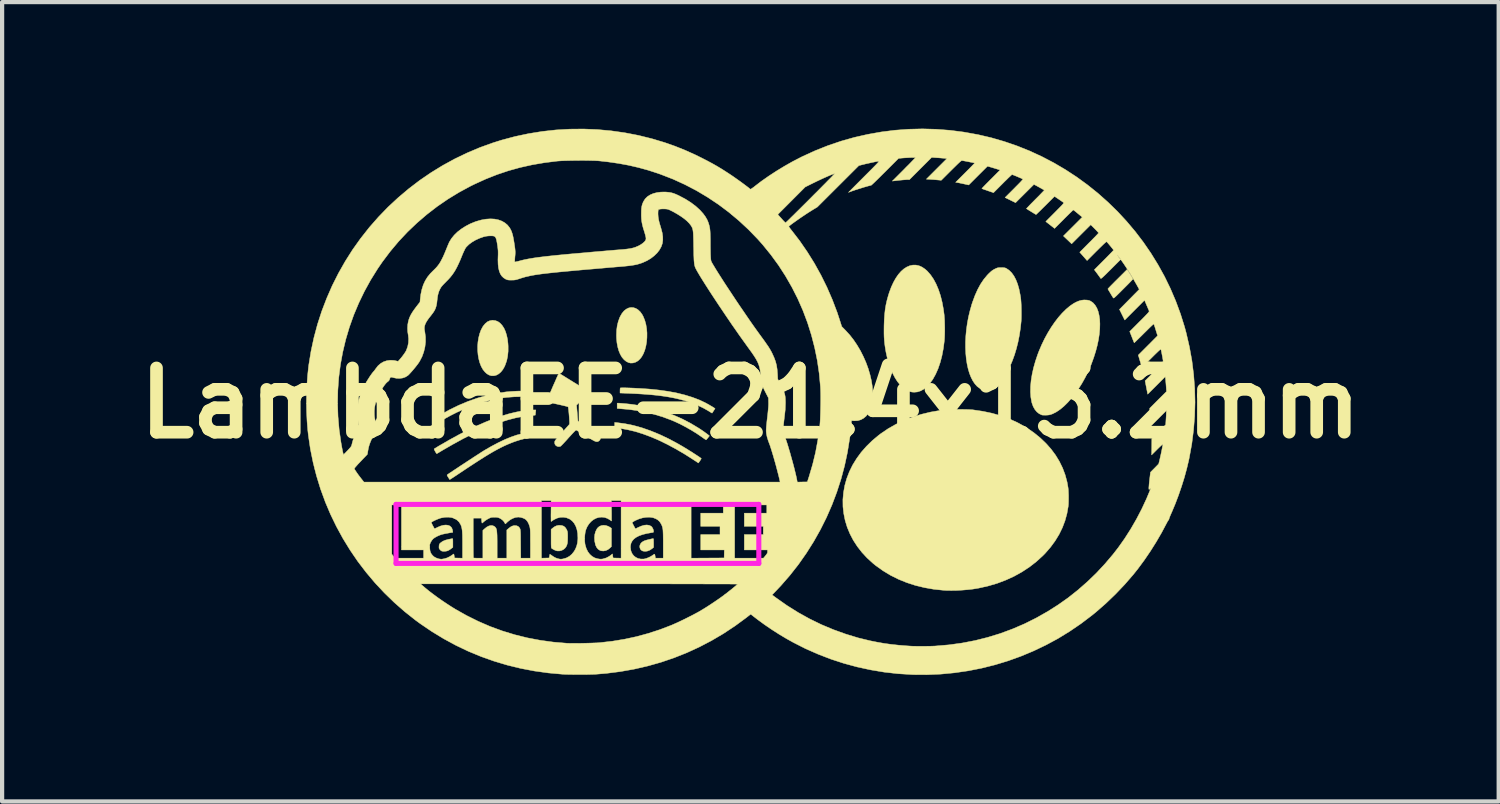
<source format=kicad_pcb>
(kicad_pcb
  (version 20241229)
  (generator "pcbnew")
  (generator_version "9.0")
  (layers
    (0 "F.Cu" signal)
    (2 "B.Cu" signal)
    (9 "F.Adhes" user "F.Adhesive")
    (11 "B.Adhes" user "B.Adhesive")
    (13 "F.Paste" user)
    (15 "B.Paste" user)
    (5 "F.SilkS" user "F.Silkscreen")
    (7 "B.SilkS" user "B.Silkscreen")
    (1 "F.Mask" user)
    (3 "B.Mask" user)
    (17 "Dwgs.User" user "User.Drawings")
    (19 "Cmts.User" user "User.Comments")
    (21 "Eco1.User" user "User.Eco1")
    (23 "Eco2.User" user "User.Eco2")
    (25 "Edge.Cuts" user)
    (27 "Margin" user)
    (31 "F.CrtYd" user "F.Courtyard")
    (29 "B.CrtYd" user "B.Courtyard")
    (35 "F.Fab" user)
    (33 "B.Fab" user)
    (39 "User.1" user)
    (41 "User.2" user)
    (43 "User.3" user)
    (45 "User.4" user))
  (footprint "LambdaEE-21.4x13.2mm"
    (layer "F.Cu")
    (at 14.739 6.507)
    (property "Reference" "LambdaEE-21.4x13.2mm" (at 0 0 0) (layer "F.SilkS") (effects (font (size 1.524 1.524) (thickness 0.3))))
    (attr exclude_from_pos_files exclude_from_bom)
    (fp_poly (pts (xy -3.425 2.901) (xy -3.368 2.92) (xy -3.328 2.943) (xy -3.294 2.966) (xy -3.294 3.4) (xy -3.33 3.435) (xy -3.378 3.473) (xy -3.431 3.496) (xy -3.486 3.505) (xy -3.54 3.5) (xy -3.569 3.489) (xy -3.611 3.461) (xy -3.645 3.419) (xy -3.67 3.366) (xy -3.674 3.353) (xy -3.691 3.272) (xy -3.696 3.192) (xy -3.689 3.115) (xy -3.67 3.045) (xy -3.64 2.984) (xy -3.619 2.956) (xy -3.581 2.923) (xy -3.534 2.903) (xy -3.481 2.895) (xy -3.425 2.901)) (stroke (width 0.01) (type solid)) (fill yes) (layer "F.SilkS"))
    (fp_poly (pts (xy -2.3 3.214) (xy -2.297 3.222) (xy -2.295 3.239) (xy -2.295 3.267) (xy -2.294 3.31) (xy -2.294 3.314) (xy -2.294 3.419) (xy -2.331 3.449) (xy -2.383 3.484) (xy -2.438 3.506) (xy -2.492 3.514) (xy -2.543 3.508) (xy -2.563 3.501) (xy -2.594 3.48) (xy -2.614 3.448) (xy -2.623 3.411) (xy -2.62 3.373) (xy -2.605 3.336) (xy -2.58 3.305) (xy -2.557 3.288) (xy -2.533 3.273) (xy -2.503 3.26) (xy -2.466 3.248) (xy -2.419 3.236) (xy -2.36 3.222) (xy -2.314 3.212) (xy -2.306 3.211) (xy -2.3 3.214)) (stroke (width 0.01) (type solid)) (fill yes) (layer "F.SilkS"))
    (fp_poly (pts (xy -7.059 3.214) (xy -7.055 3.222) (xy -7.054 3.239) (xy -7.053 3.268) (xy -7.053 3.31) (xy -7.053 3.418) (xy -7.098 3.453) (xy -7.128 3.474) (xy -7.159 3.492) (xy -7.179 3.501) (xy -7.213 3.509) (xy -7.252 3.513) (xy -7.29 3.512) (xy -7.319 3.506) (xy -7.32 3.505) (xy -7.337 3.495) (xy -7.356 3.476) (xy -7.361 3.47) (xy -7.375 3.453) (xy -7.381 3.436) (xy -7.382 3.414) (xy -7.381 3.392) (xy -7.378 3.362) (xy -7.372 3.343) (xy -7.359 3.325) (xy -7.339 3.307) (xy -7.293 3.275) (xy -7.233 3.249) (xy -7.158 3.229) (xy -7.142 3.226) (xy -7.111 3.22) (xy -7.084 3.215) (xy -7.072 3.213) (xy -7.064 3.211) (xy -7.059 3.214)) (stroke (width 0.01) (type solid)) (fill yes) (layer "F.SilkS"))
    (fp_poly (pts (xy -3.164 0.462) (xy -2.971 0.488) (xy -2.773 0.528) (xy -2.571 0.584) (xy -2.365 0.656) (xy -2.153 0.743) (xy -1.936 0.846) (xy -1.714 0.965) (xy -1.56 1.055) (xy -1.512 1.084) (xy -1.46 1.117) (xy -1.406 1.15) (xy -1.354 1.184) (xy -1.304 1.216) (xy -1.258 1.246) (xy -1.22 1.271) (xy -1.19 1.292) (xy -1.171 1.306) (xy -1.165 1.311) (xy -1.167 1.321) (xy -1.178 1.34) (xy -1.194 1.365) (xy -1.196 1.368) (xy -1.232 1.419) (xy -1.359 1.335) (xy -1.567 1.203) (xy -1.773 1.083) (xy -1.975 0.975) (xy -2.172 0.879) (xy -2.365 0.797) (xy -2.551 0.728) (xy -2.731 0.672) (xy -2.904 0.631) (xy -3.025 0.609) (xy -3.071 0.603) (xy -3.115 0.598) (xy -3.151 0.594) (xy -3.176 0.593) (xy -3.177 0.593) (xy -3.217 0.593) (xy -3.217 0.457) (xy -3.164 0.462)) (stroke (width 0.01) (type solid)) (fill yes) (layer "F.SilkS"))
    (fp_poly (pts (xy -2.771 -2.264) (xy -2.714 -2.245) (xy -2.66 -2.211) (xy -2.609 -2.162) (xy -2.563 -2.097) (xy -2.54 -2.053) (xy -2.504 -1.965) (xy -2.477 -1.869) (xy -2.46 -1.768) (xy -2.451 -1.663) (xy -2.452 -1.557) (xy -2.46 -1.453) (xy -2.477 -1.353) (xy -2.502 -1.259) (xy -2.535 -1.174) (xy -2.576 -1.1) (xy -2.615 -1.05) (xy -2.665 -1.003) (xy -2.721 -0.971) (xy -2.779 -0.953) (xy -2.838 -0.95) (xy -2.884 -0.96) (xy -2.942 -0.988) (xy -2.995 -1.031) (xy -3.043 -1.087) (xy -3.084 -1.157) (xy -3.118 -1.238) (xy -3.144 -1.329) (xy -3.163 -1.429) (xy -3.173 -1.537) (xy -3.175 -1.607) (xy -3.171 -1.726) (xy -3.157 -1.834) (xy -3.133 -1.932) (xy -3.1 -2.024) (xy -3.085 -2.056) (xy -3.043 -2.129) (xy -2.995 -2.187) (xy -2.942 -2.229) (xy -2.887 -2.256) (xy -2.829 -2.268) (xy -2.771 -2.264)) (stroke (width 0.01) (type solid)) (fill yes) (layer "F.SilkS"))
    (fp_poly (pts (xy -4.469 2.901) (xy -4.425 2.917) (xy -4.39 2.946) (xy -4.36 2.99) (xy -4.35 3.01) (xy -4.343 3.028) (xy -4.337 3.045) (xy -4.334 3.066) (xy -4.332 3.093) (xy -4.331 3.13) (xy -4.331 3.18) (xy -4.331 3.183) (xy -4.332 3.247) (xy -4.335 3.297) (xy -4.342 3.336) (xy -4.352 3.37) (xy -4.367 3.4) (xy -4.388 3.43) (xy -4.389 3.432) (xy -4.425 3.465) (xy -4.471 3.49) (xy -4.522 3.503) (xy -4.575 3.504) (xy -4.606 3.497) (xy -4.632 3.487) (xy -4.664 3.471) (xy -4.693 3.454) (xy -4.71 3.443) (xy -4.714 3.438) (xy -4.718 3.43) (xy -4.72 3.417) (xy -4.722 3.397) (xy -4.723 3.368) (xy -4.724 3.328) (xy -4.724 3.275) (xy -4.724 3.212) (xy -4.724 2.993) (xy -4.688 2.963) (xy -4.64 2.928) (xy -4.595 2.907) (xy -4.549 2.897) (xy -4.524 2.896) (xy -4.469 2.901)) (stroke (width 0.01) (type solid)) (fill yes) (layer "F.SilkS"))
    (fp_poly (pts (xy 8.968 -3.111) (xy 9.002 -3.057) (xy 9.03 -3.012) (xy 9.05 -2.976) (xy 9.063 -2.952) (xy 9.068 -2.941) (xy 9.062 -2.934) (xy 9.046 -2.916) (xy 9.02 -2.888) (xy 8.986 -2.853) (xy 8.945 -2.811) (xy 8.899 -2.765) (xy 8.848 -2.714) (xy 8.84 -2.706) (xy 8.782 -2.648) (xy 8.735 -2.601) (xy 8.697 -2.564) (xy 8.667 -2.535) (xy 8.645 -2.515) (xy 8.629 -2.501) (xy 8.618 -2.494) (xy 8.611 -2.491) (xy 8.606 -2.492) (xy 8.602 -2.495) (xy 8.6 -2.499) (xy 8.58 -2.53) (xy 8.558 -2.566) (xy 8.536 -2.603) (xy 8.515 -2.639) (xy 8.496 -2.67) (xy 8.483 -2.693) (xy 8.476 -2.707) (xy 8.475 -2.708) (xy 8.481 -2.715) (xy 8.497 -2.733) (xy 8.523 -2.76) (xy 8.557 -2.795) (xy 8.598 -2.836) (xy 8.644 -2.883) (xy 8.695 -2.933) (xy 8.703 -2.941) (xy 8.931 -3.169) (xy 8.968 -3.111)) (stroke (width 0.01) (type solid)) (fill yes) (layer "F.SilkS"))
    (fp_poly (pts (xy -6.042 -1.956) (xy -5.984 -1.933) (xy -5.931 -1.894) (xy -5.884 -1.842) (xy -5.842 -1.778) (xy -5.807 -1.701) (xy -5.779 -1.612) (xy -5.758 -1.514) (xy -5.746 -1.407) (xy -5.743 -1.355) (xy -5.743 -1.228) (xy -5.755 -1.112) (xy -5.777 -1.005) (xy -5.812 -0.906) (xy -5.828 -0.868) (xy -5.868 -0.797) (xy -5.914 -0.739) (xy -5.966 -0.694) (xy -6.02 -0.664) (xy -6.078 -0.649) (xy -6.137 -0.649) (xy -6.147 -0.651) (xy -6.199 -0.668) (xy -6.248 -0.698) (xy -6.291 -0.737) (xy -6.34 -0.797) (xy -6.381 -0.87) (xy -6.414 -0.954) (xy -6.439 -1.046) (xy -6.456 -1.144) (xy -6.465 -1.246) (xy -6.466 -1.349) (xy -6.458 -1.452) (xy -6.442 -1.551) (xy -6.418 -1.646) (xy -6.386 -1.733) (xy -6.345 -1.81) (xy -6.33 -1.832) (xy -6.283 -1.888) (xy -6.233 -1.929) (xy -6.179 -1.953) (xy -6.119 -1.964) (xy -6.104 -1.964) (xy -6.042 -1.956)) (stroke (width 0.01) (type solid)) (fill yes) (layer "F.SilkS"))
    (fp_poly (pts (xy -5.304 -0.285) (xy -5.29 -0.284) (xy -5.19 -0.278) (xy -5.19 -0.226) (xy -5.191 -0.197) (xy -5.194 -0.174) (xy -5.197 -0.164) (xy -5.206 -0.161) (xy -5.23 -0.158) (xy -5.269 -0.156) (xy -5.324 -0.155) (xy -5.396 -0.155) (xy -5.41 -0.155) (xy -5.598 -0.15) (xy -5.776 -0.137) (xy -5.949 -0.114) (xy -6.122 -0.08) (xy -6.3 -0.035) (xy -6.409 -0.003) (xy -6.543 0.042) (xy -6.684 0.096) (xy -6.829 0.158) (xy -6.973 0.225) (xy -7.111 0.295) (xy -7.24 0.366) (xy -7.241 0.367) (xy -7.349 0.43) (xy -7.383 0.374) (xy -7.416 0.319) (xy -7.351 0.279) (xy -7.136 0.159) (xy -6.916 0.052) (xy -6.693 -0.042) (xy -6.467 -0.121) (xy -6.24 -0.185) (xy -6.013 -0.234) (xy -5.789 -0.267) (xy -5.752 -0.27) (xy -5.681 -0.276) (xy -5.602 -0.281) (xy -5.52 -0.285) (xy -5.44 -0.286) (xy -5.367 -0.286) (xy -5.304 -0.285)) (stroke (width 0.01) (type solid)) (fill yes) (layer "F.SilkS"))
    (fp_poly (pts (xy -3.131 0.000088) (xy -3.103 0.001) (xy -3.063 0.004) (xy -3.013 0.008) (xy -2.957 0.013) (xy -2.899 0.019) (xy -2.842 0.025) (xy -2.794 0.031) (xy -2.55 0.069) (xy -2.31 0.122) (xy -2.075 0.191) (xy -1.846 0.274) (xy -1.625 0.37) (xy -1.412 0.481) (xy -1.208 0.604) (xy -1.121 0.663) (xy -1.084 0.689) (xy -1.049 0.715) (xy -1.02 0.736) (xy -1.001 0.751) (xy -1 0.752) (xy -0.971 0.776) (xy -1.007 0.822) (xy -1.026 0.845) (xy -1.041 0.862) (xy -1.049 0.87) (xy -1.049 0.87) (xy -1.057 0.866) (xy -1.077 0.854) (xy -1.105 0.835) (xy -1.139 0.811) (xy -1.16 0.796) (xy -1.279 0.715) (xy -1.41 0.635) (xy -1.547 0.558) (xy -1.686 0.486) (xy -1.822 0.424) (xy -1.88 0.4) (xy -2.07 0.329) (xy -2.271 0.268) (xy -2.477 0.217) (xy -2.684 0.177) (xy -2.888 0.149) (xy -2.993 0.14) (xy -3.034 0.137) (xy -3.075 0.133) (xy -3.109 0.13) (xy -3.109 0.13) (xy -3.158 0.125) (xy -3.158 0) (xy -3.131 0.000088)) (stroke (width 0.01) (type solid)) (fill yes) (layer "F.SilkS"))
    (fp_poly (pts (xy -2.961 -0.363) (xy -2.903 -0.361) (xy -2.837 -0.359) (xy -2.766 -0.356) (xy -2.691 -0.352) (xy -2.614 -0.348) (xy -2.537 -0.343) (xy -2.463 -0.338) (xy -2.413 -0.335) (xy -2.176 -0.311) (xy -1.954 -0.28) (xy -1.746 -0.241) (xy -1.552 -0.193) (xy -1.372 -0.137) (xy -1.204 -0.073) (xy -1.05 0.001) (xy -0.908 0.082) (xy -0.899 0.088) (xy -0.837 0.128) (xy -0.852 0.151) (xy -0.878 0.191) (xy -0.897 0.219) (xy -0.907 0.234) (xy -0.909 0.237) (xy -0.916 0.232) (xy -0.935 0.221) (xy -0.961 0.205) (xy -0.978 0.194) (xy -1.101 0.123) (xy -1.238 0.057) (xy -1.384 -0.002) (xy -1.535 -0.053) (xy -1.568 -0.062) (xy -1.684 -0.093) (xy -1.805 -0.121) (xy -1.932 -0.145) (xy -2.066 -0.166) (xy -2.209 -0.185) (xy -2.363 -0.2) (xy -2.529 -0.213) (xy -2.708 -0.224) (xy -2.903 -0.233) (xy -2.932 -0.234) (xy -3.09 -0.24) (xy -3.09 -0.295) (xy -3.089 -0.325) (xy -3.087 -0.349) (xy -3.084 -0.36) (xy -3.074 -0.362) (xy -3.049 -0.363) (xy -3.011 -0.364) (xy -2.961 -0.363)) (stroke (width 0.01) (type solid)) (fill yes) (layer "F.SilkS"))
    (fp_poly (pts (xy -5.092 0.222) (xy -5.095 0.252) (xy -5.097 0.274) (xy -5.099 0.284) (xy -5.099 0.284) (xy -5.108 0.285) (xy -5.13 0.288) (xy -5.164 0.291) (xy -5.204 0.294) (xy -5.221 0.295) (xy -5.387 0.315) (xy -5.563 0.349) (xy -5.748 0.397) (xy -5.942 0.458) (xy -6.145 0.534) (xy -6.358 0.623) (xy -6.581 0.727) (xy -6.812 0.844) (xy -7.053 0.976) (xy -7.303 1.12) (xy -7.344 1.145) (xy -7.381 1.167) (xy -7.409 1.184) (xy -7.428 1.195) (xy -7.434 1.199) (xy -7.441 1.193) (xy -7.453 1.176) (xy -7.468 1.152) (xy -7.471 1.146) (xy -7.486 1.119) (xy -7.495 1.097) (xy -7.497 1.085) (xy -7.496 1.084) (xy -7.487 1.078) (xy -7.465 1.065) (xy -7.434 1.046) (xy -7.396 1.022) (xy -7.353 0.997) (xy -7.122 0.864) (xy -6.897 0.741) (xy -6.678 0.63) (xy -6.468 0.53) (xy -6.265 0.442) (xy -6.071 0.365) (xy -5.885 0.301) (xy -5.71 0.249) (xy -5.544 0.21) (xy -5.464 0.195) (xy -5.389 0.184) (xy -5.315 0.174) (xy -5.244 0.167) (xy -5.181 0.162) (xy -5.137 0.161) (xy -5.086 0.161) (xy -5.092 0.222)) (stroke (width 0.01) (type solid)) (fill yes) (layer "F.SilkS"))
    (fp_poly (pts (xy -5.004 0.731) (xy -5.004 0.764) (xy -5.006 0.783) (xy -5.01 0.793) (xy -5.017 0.796) (xy -5.023 0.796) (xy -5.12 0.802) (xy -5.227 0.817) (xy -5.339 0.839) (xy -5.452 0.868) (xy -5.52 0.889) (xy -5.6 0.916) (xy -5.678 0.946) (xy -5.756 0.978) (xy -5.836 1.014) (xy -5.918 1.054) (xy -6.003 1.099) (xy -6.094 1.149) (xy -6.191 1.206) (xy -6.296 1.27) (xy -6.41 1.342) (xy -6.534 1.422) (xy -6.67 1.511) (xy -6.726 1.548) (xy -6.795 1.594) (xy -6.861 1.638) (xy -6.921 1.678) (xy -6.975 1.714) (xy -7.022 1.745) (xy -7.058 1.769) (xy -7.084 1.785) (xy -7.097 1.794) (xy -7.128 1.813) (xy -7.162 1.759) (xy -7.179 1.732) (xy -7.188 1.715) (xy -7.19 1.705) (xy -7.185 1.698) (xy -7.182 1.695) (xy -7.165 1.683) (xy -7.136 1.663) (xy -7.095 1.636) (xy -7.046 1.603) (xy -6.988 1.565) (xy -6.925 1.523) (xy -6.858 1.478) (xy -6.787 1.432) (xy -6.716 1.385) (xy -6.645 1.339) (xy -6.577 1.294) (xy -6.512 1.252) (xy -6.453 1.214) (xy -6.401 1.18) (xy -6.358 1.152) (xy -6.325 1.132) (xy -6.308 1.121) (xy -6.138 1.023) (xy -5.977 0.938) (xy -5.825 0.865) (xy -5.679 0.805) (xy -5.538 0.756) (xy -5.402 0.719) (xy -5.269 0.692) (xy -5.139 0.675) (xy -5.097 0.672) (xy -5.004 0.666) (xy -5.004 0.731)) (stroke (width 0.01) (type solid)) (fill yes) (layer "F.SilkS"))
    (fp_poly (pts (xy 7.956 -2.445) (xy 7.998 -2.441) (xy 8.03 -2.434) (xy 8.06 -2.421) (xy 8.068 -2.417) (xy 8.125 -2.377) (xy 8.173 -2.322) (xy 8.213 -2.256) (xy 8.244 -2.177) (xy 8.266 -2.087) (xy 8.281 -1.987) (xy 8.286 -1.878) (xy 8.283 -1.761) (xy 8.272 -1.636) (xy 8.252 -1.505) (xy 8.223 -1.368) (xy 8.186 -1.227) (xy 8.14 -1.082) (xy 8.086 -0.934) (xy 8.072 -0.897) (xy 8.007 -0.749) (xy 7.937 -0.607) (xy 7.861 -0.47) (xy 7.78 -0.342) (xy 7.696 -0.222) (xy 7.61 -0.112) (xy 7.521 -0.013) (xy 7.432 0.074) (xy 7.343 0.148) (xy 7.254 0.208) (xy 7.168 0.252) (xy 7.156 0.257) (xy 7.118 0.27) (xy 7.084 0.279) (xy 7.046 0.283) (xy 7.01 0.285) (xy 6.973 0.285) (xy 6.939 0.284) (xy 6.915 0.282) (xy 6.909 0.28) (xy 6.847 0.251) (xy 6.792 0.208) (xy 6.745 0.151) (xy 6.705 0.081) (xy 6.676 0.000372) (xy 6.669 -0.025) (xy 6.649 -0.138) (xy 6.64 -0.261) (xy 6.642 -0.394) (xy 6.655 -0.535) (xy 6.679 -0.683) (xy 6.713 -0.837) (xy 6.758 -0.995) (xy 6.812 -1.156) (xy 6.843 -1.236) (xy 6.907 -1.386) (xy 6.977 -1.531) (xy 7.053 -1.669) (xy 7.133 -1.8) (xy 7.217 -1.922) (xy 7.304 -2.035) (xy 7.393 -2.136) (xy 7.483 -2.225) (xy 7.573 -2.301) (xy 7.662 -2.362) (xy 7.725 -2.396) (xy 7.79 -2.423) (xy 7.849 -2.439) (xy 7.908 -2.446) (xy 7.956 -2.445)) (stroke (width 0.01) (type solid)) (fill yes) (layer "F.SilkS"))
    (fp_poly (pts (xy 3.925 -3.273) (xy 3.998 -3.257) (xy 4.07 -3.225) (xy 4.141 -3.177) (xy 4.194 -3.13) (xy 4.271 -3.042) (xy 4.341 -2.94) (xy 4.403 -2.824) (xy 4.458 -2.694) (xy 4.506 -2.551) (xy 4.545 -2.396) (xy 4.576 -2.229) (xy 4.594 -2.095) (xy 4.599 -2.033) (xy 4.604 -1.958) (xy 4.606 -1.875) (xy 4.608 -1.788) (xy 4.608 -1.702) (xy 4.606 -1.62) (xy 4.603 -1.545) (xy 4.599 -1.484) (xy 4.598 -1.477) (xy 4.574 -1.293) (xy 4.541 -1.12) (xy 4.499 -0.961) (xy 4.449 -0.815) (xy 4.39 -0.682) (xy 4.324 -0.564) (xy 4.316 -0.553) (xy 4.251 -0.463) (xy 4.182 -0.389) (xy 4.111 -0.332) (xy 4.037 -0.291) (xy 3.961 -0.266) (xy 3.883 -0.259) (xy 3.83 -0.263) (xy 3.757 -0.281) (xy 3.686 -0.316) (xy 3.617 -0.367) (xy 3.551 -0.431) (xy 3.488 -0.509) (xy 3.43 -0.599) (xy 3.376 -0.701) (xy 3.327 -0.813) (xy 3.283 -0.936) (xy 3.246 -1.067) (xy 3.215 -1.207) (xy 3.205 -1.264) (xy 3.192 -1.347) (xy 3.182 -1.424) (xy 3.175 -1.497) (xy 3.17 -1.571) (xy 3.168 -1.65) (xy 3.168 -1.738) (xy 3.169 -1.839) (xy 3.169 -1.84) (xy 3.174 -1.979) (xy 3.183 -2.106) (xy 3.196 -2.223) (xy 3.215 -2.335) (xy 3.24 -2.445) (xy 3.271 -2.556) (xy 3.293 -2.625) (xy 3.34 -2.751) (xy 3.392 -2.864) (xy 3.448 -2.964) (xy 3.508 -3.051) (xy 3.572 -3.124) (xy 3.639 -3.183) (xy 3.709 -3.228) (xy 3.78 -3.258) (xy 3.852 -3.273) (xy 3.925 -3.273)) (stroke (width 0.01) (type solid)) (fill yes) (layer "F.SilkS"))
    (fp_poly (pts (xy 5.947 -3.213) (xy 5.99 -3.212) (xy 6.02 -3.21) (xy 6.042 -3.205) (xy 6.062 -3.197) (xy 6.066 -3.195) (xy 6.133 -3.15) (xy 6.194 -3.09) (xy 6.247 -3.016) (xy 6.294 -2.927) (xy 6.335 -2.823) (xy 6.369 -2.704) (xy 6.396 -2.569) (xy 6.406 -2.511) (xy 6.412 -2.46) (xy 6.417 -2.395) (xy 6.421 -2.322) (xy 6.423 -2.243) (xy 6.424 -2.162) (xy 6.424 -2.084) (xy 6.423 -2.011) (xy 6.42 -1.949) (xy 6.419 -1.935) (xy 6.401 -1.767) (xy 6.376 -1.603) (xy 6.344 -1.444) (xy 6.306 -1.292) (xy 6.262 -1.146) (xy 6.212 -1.009) (xy 6.158 -0.881) (xy 6.099 -0.763) (xy 6.036 -0.657) (xy 5.97 -0.562) (xy 5.9 -0.481) (xy 5.828 -0.415) (xy 5.753 -0.364) (xy 5.719 -0.346) (xy 5.682 -0.33) (xy 5.65 -0.321) (xy 5.613 -0.317) (xy 5.593 -0.316) (xy 5.557 -0.316) (xy 5.527 -0.317) (xy 5.506 -0.32) (xy 5.503 -0.321) (xy 5.438 -0.351) (xy 5.377 -0.396) (xy 5.323 -0.456) (xy 5.274 -0.528) (xy 5.231 -0.613) (xy 5.193 -0.708) (xy 5.162 -0.814) (xy 5.137 -0.928) (xy 5.118 -1.05) (xy 5.106 -1.18) (xy 5.1 -1.315) (xy 5.1 -1.455) (xy 5.108 -1.599) (xy 5.122 -1.746) (xy 5.143 -1.895) (xy 5.171 -2.045) (xy 5.207 -2.194) (xy 5.249 -2.343) (xy 5.267 -2.396) (xy 5.325 -2.553) (xy 5.388 -2.694) (xy 5.457 -2.821) (xy 5.532 -2.933) (xy 5.613 -3.031) (xy 5.642 -3.062) (xy 5.682 -3.1) (xy 5.714 -3.129) (xy 5.743 -3.15) (xy 5.772 -3.168) (xy 5.795 -3.18) (xy 5.827 -3.195) (xy 5.851 -3.205) (xy 5.874 -3.21) (xy 5.902 -3.213) (xy 5.939 -3.213) (xy 5.947 -3.213)) (stroke (width 0.01) (type solid)) (fill yes) (layer "F.SilkS"))
    (fp_poly (pts (xy 5.012 0.149) (xy 5.089 0.15) (xy 5.16 0.152) (xy 5.221 0.155) (xy 5.269 0.158) (xy 5.279 0.159) (xy 5.507 0.193) (xy 5.727 0.239) (xy 5.937 0.299) (xy 6.138 0.373) (xy 6.328 0.459) (xy 6.508 0.558) (xy 6.559 0.589) (xy 6.722 0.702) (xy 6.872 0.824) (xy 7.007 0.953) (xy 7.128 1.089) (xy 7.235 1.233) (xy 7.326 1.383) (xy 7.402 1.539) (xy 7.463 1.702) (xy 7.508 1.87) (xy 7.531 2) (xy 7.537 2.051) (xy 7.54 2.114) (xy 7.543 2.185) (xy 7.543 2.258) (xy 7.542 2.329) (xy 7.54 2.393) (xy 7.535 2.445) (xy 7.535 2.447) (xy 7.505 2.619) (xy 7.459 2.787) (xy 7.397 2.951) (xy 7.319 3.111) (xy 7.225 3.265) (xy 7.116 3.414) (xy 6.992 3.557) (xy 6.935 3.615) (xy 6.781 3.756) (xy 6.616 3.884) (xy 6.44 4) (xy 6.253 4.104) (xy 6.057 4.194) (xy 5.851 4.272) (xy 5.636 4.335) (xy 5.414 4.385) (xy 5.392 4.389) (xy 5.277 4.408) (xy 5.152 4.422) (xy 5.021 4.433) (xy 4.89 4.44) (xy 4.762 4.442) (xy 4.643 4.44) (xy 4.576 4.436) (xy 4.347 4.412) (xy 4.125 4.373) (xy 3.911 4.321) (xy 3.705 4.254) (xy 3.508 4.174) (xy 3.32 4.08) (xy 3.142 3.972) (xy 2.974 3.852) (xy 2.904 3.795) (xy 2.767 3.67) (xy 2.644 3.537) (xy 2.535 3.397) (xy 2.44 3.251) (xy 2.361 3.099) (xy 2.296 2.943) (xy 2.247 2.783) (xy 2.214 2.62) (xy 2.195 2.455) (xy 2.193 2.287) (xy 2.208 2.119) (xy 2.238 1.951) (xy 2.283 1.791) (xy 2.346 1.626) (xy 2.424 1.467) (xy 2.519 1.313) (xy 2.628 1.164) (xy 2.752 1.023) (xy 2.89 0.888) (xy 3.042 0.761) (xy 3.088 0.726) (xy 3.26 0.609) (xy 3.444 0.504) (xy 3.637 0.411) (xy 3.84 0.331) (xy 4.051 0.265) (xy 4.27 0.212) (xy 4.496 0.173) (xy 4.602 0.159) (xy 4.648 0.156) (xy 4.707 0.153) (xy 4.776 0.15) (xy 4.852 0.149) (xy 4.932 0.149) (xy 5.012 0.149)) (stroke (width 0.01) (type solid)) (fill yes) (layer "F.SilkS"))
    (fp_poly (pts (xy -4.529 -0.704) (xy -4.508 -0.692) (xy -4.475 -0.671) (xy -4.432 -0.645) (xy -4.381 -0.613) (xy -4.321 -0.576) (xy -4.256 -0.536) (xy -4.186 -0.492) (xy -4.17 -0.483) (xy -3.809 -0.258) (xy -3.965 -0.106) (xy -4.121 0.047) (xy -4.105 0.236) (xy -4.101 0.291) (xy -4.097 0.339) (xy -4.093 0.38) (xy -4.09 0.409) (xy -4.088 0.425) (xy -4.087 0.427) (xy -4.08 0.432) (xy -4.06 0.445) (xy -4.028 0.464) (xy -3.988 0.489) (xy -3.939 0.519) (xy -3.884 0.553) (xy -3.835 0.583) (xy -3.776 0.62) (xy -3.721 0.655) (xy -3.672 0.686) (xy -3.631 0.713) (xy -3.599 0.734) (xy -3.578 0.749) (xy -3.571 0.755) (xy -3.555 0.785) (xy -3.551 0.821) (xy -3.559 0.856) (xy -3.578 0.886) (xy -3.599 0.902) (xy -3.614 0.909) (xy -3.629 0.914) (xy -3.645 0.914) (xy -3.664 0.91) (xy -3.687 0.902) (xy -3.717 0.887) (xy -3.755 0.866) (xy -3.803 0.837) (xy -3.862 0.801) (xy -3.899 0.778) (xy -3.954 0.743) (xy -4.005 0.712) (xy -4.05 0.685) (xy -4.087 0.663) (xy -4.114 0.647) (xy -4.129 0.639) (xy -4.132 0.638) (xy -4.141 0.644) (xy -4.16 0.661) (xy -4.188 0.689) (xy -4.225 0.728) (xy -4.268 0.775) (xy -4.314 0.825) (xy -4.357 0.874) (xy -4.398 0.918) (xy -4.434 0.957) (xy -4.464 0.988) (xy -4.487 1.011) (xy -4.5 1.023) (xy -4.502 1.024) (xy -4.54 1.032) (xy -4.579 1.024) (xy -4.595 1.016) (xy -4.622 0.994) (xy -4.636 0.967) (xy -4.64 0.933) (xy -4.64 0.922) (xy -4.638 0.912) (xy -4.635 0.901) (xy -4.628 0.889) (xy -4.617 0.873) (xy -4.601 0.852) (xy -4.577 0.824) (xy -4.546 0.789) (xy -4.506 0.744) (xy -4.455 0.688) (xy -4.454 0.686) (xy -4.413 0.641) (xy -4.376 0.599) (xy -4.344 0.563) (xy -4.318 0.534) (xy -4.301 0.515) (xy -4.294 0.506) (xy -4.29 0.499) (xy -4.288 0.487) (xy -4.287 0.468) (xy -4.288 0.44) (xy -4.29 0.401) (xy -4.293 0.349) (xy -4.297 0.295) (xy -4.302 0.236) (xy -4.307 0.184) (xy -4.312 0.141) (xy -4.316 0.11) (xy -4.32 0.091) (xy -4.321 0.088) (xy -4.332 0.084) (xy -4.357 0.077) (xy -4.394 0.067) (xy -4.441 0.056) (xy -4.496 0.043) (xy -4.557 0.03) (xy -4.576 0.025) (xy -4.639 0.012) (xy -4.695 -0.001) (xy -4.745 -0.012) (xy -4.785 -0.022) (xy -4.813 -0.029) (xy -4.827 -0.033) (xy -4.829 -0.034) (xy -4.827 -0.043) (xy -4.819 -0.065) (xy -4.806 -0.099) (xy -4.788 -0.142) (xy -4.767 -0.193) (xy -4.743 -0.25) (xy -4.718 -0.31) (xy -4.691 -0.373) (xy -4.664 -0.435) (xy -4.637 -0.495) (xy -4.612 -0.552) (xy -4.59 -0.603) (xy -4.57 -0.646) (xy -4.554 -0.679) (xy -4.543 -0.701) (xy -4.538 -0.709) (xy -4.537 -0.709) (xy -4.529 -0.704)) (stroke (width 0.01) (type solid)) (fill yes) (layer "F.SilkS"))
    (fp_poly (pts (xy 4.406 -6.493) (xy 4.733 -6.468) (xy 5.06 -6.426) (xy 5.386 -6.367) (xy 5.393 -6.366) (xy 5.71 -6.292) (xy 6.02 -6.202) (xy 6.325 -6.097) (xy 6.622 -5.978) (xy 6.912 -5.844) (xy 7.195 -5.696) (xy 7.469 -5.535) (xy 7.735 -5.361) (xy 7.992 -5.174) (xy 8.239 -4.976) (xy 8.476 -4.765) (xy 8.703 -4.544) (xy 8.919 -4.311) (xy 9.123 -4.069) (xy 9.316 -3.816) (xy 9.496 -3.554) (xy 9.663 -3.283) (xy 9.818 -3.003) (xy 9.958 -2.715) (xy 10.084 -2.42) (xy 10.196 -2.117) (xy 10.293 -1.808) (xy 10.333 -1.659) (xy 10.408 -1.334) (xy 10.467 -1.008) (xy 10.508 -0.68) (xy 10.533 -0.351) (xy 10.541 -0.022) (xy 10.532 0.308) (xy 10.506 0.638) (xy 10.464 0.968) (xy 10.404 1.297) (xy 10.393 1.35) (xy 10.345 1.552) (xy 10.288 1.762) (xy 10.222 1.973) (xy 10.15 2.183) (xy 10.073 2.386) (xy 9.993 2.577) (xy 9.981 2.603) (xy 9.963 2.645) (xy 9.946 2.684) (xy 9.934 2.716) (xy 9.927 2.737) (xy 9.926 2.741) (xy 9.92 2.762) (xy 9.911 2.775) (xy 9.91 2.775) (xy 9.902 2.785) (xy 9.889 2.806) (xy 9.873 2.836) (xy 9.864 2.853) (xy 9.748 3.072) (xy 9.62 3.292) (xy 9.482 3.511) (xy 9.337 3.724) (xy 9.187 3.927) (xy 9.081 4.06) (xy 8.875 4.298) (xy 8.656 4.528) (xy 8.426 4.749) (xy 8.189 4.956) (xy 8.099 5.029) (xy 7.838 5.227) (xy 7.568 5.411) (xy 7.291 5.581) (xy 7.005 5.735) (xy 6.712 5.875) (xy 6.413 6) (xy 6.108 6.11) (xy 5.798 6.204) (xy 5.482 6.283) (xy 5.163 6.346) (xy 4.84 6.393) (xy 4.515 6.424) (xy 4.187 6.438) (xy 3.857 6.436) (xy 3.823 6.434) (xy 3.496 6.414) (xy 3.172 6.377) (xy 2.85 6.323) (xy 2.531 6.254) (xy 2.217 6.169) (xy 1.907 6.068) (xy 1.604 5.951) (xy 1.306 5.82) (xy 1.017 5.673) (xy 0.864 5.588) (xy 0.686 5.482) (xy 0.508 5.368) (xy 0.335 5.25) (xy 0.171 5.13) (xy 0.066 5.049) (xy 0.008 5.003) (xy -0.099 5.087) (xy -0.366 5.283) (xy -0.64 5.464) (xy -0.922 5.63) (xy -1.211 5.781) (xy -1.507 5.917) (xy -1.811 6.038) (xy -2.12 6.143) (xy -2.435 6.232) (xy -2.756 6.306) (xy -3.083 6.364) (xy -3.414 6.406) (xy -3.653 6.426) (xy -3.71 6.429) (xy -3.78 6.431) (xy -3.86 6.433) (xy -3.948 6.434) (xy -4.039 6.434) (xy -4.131 6.434) (xy -4.221 6.433) (xy -4.304 6.432) (xy -4.379 6.43) (xy -4.441 6.427) (xy -4.458 6.426) (xy -4.792 6.396) (xy -5.121 6.35) (xy -5.446 6.288) (xy -5.765 6.21) (xy -6.079 6.116) (xy -6.386 6.007) (xy -6.688 5.882) (xy -6.983 5.741) (xy -7.271 5.585) (xy -7.552 5.414) (xy -7.826 5.228) (xy -7.938 5.146) (xy -8.197 4.941) (xy -8.444 4.724) (xy -8.679 4.496) (xy -8.876 4.285) (xy -7.819 4.285) (xy -7.785 4.315) (xy -7.707 4.382) (xy -7.618 4.455) (xy -7.518 4.531) (xy -7.412 4.609) (xy -7.302 4.686) (xy -7.19 4.761) (xy -7.08 4.832) (xy -6.998 4.883) (xy -6.726 5.036) (xy -6.45 5.173) (xy -6.168 5.295) (xy -5.881 5.4) (xy -5.587 5.49) (xy -5.288 5.564) (xy -4.982 5.622) (xy -4.67 5.665) (xy -4.352 5.692) (xy -4.335 5.693) (xy -4.295 5.694) (xy -4.241 5.695) (xy -4.176 5.695) (xy -4.103 5.695) (xy -4.024 5.694) (xy -3.942 5.692) (xy -3.861 5.69) (xy -3.782 5.688) (xy -3.71 5.685) (xy -3.646 5.683) (xy -3.594 5.68) (xy -3.564 5.677) (xy -3.266 5.643) (xy -2.977 5.595) (xy -2.695 5.534) (xy -2.418 5.458) (xy -2.144 5.369) (xy -1.87 5.264) (xy -1.865 5.262) (xy -1.802 5.234) (xy -1.727 5.201) (xy -1.645 5.162) (xy -1.558 5.12) (xy -1.471 5.076) (xy -1.385 5.033) (xy -1.306 4.991) (xy -1.235 4.953) (xy -1.206 4.936) (xy -1.127 4.889) (xy -1.038 4.834) (xy -0.945 4.774) (xy -0.851 4.711) (xy -0.76 4.649) (xy -0.677 4.59) (xy -0.617 4.546) (xy 0.515 4.546) (xy 0.611 4.617) (xy 0.867 4.797) (xy 1.132 4.963) (xy 1.404 5.114) (xy 1.683 5.25) (xy 1.969 5.37) (xy 2.261 5.475) (xy 2.557 5.565) (xy 2.841 5.634) (xy 3.006 5.667) (xy 3.171 5.696) (xy 3.339 5.719) (xy 3.514 5.738) (xy 3.699 5.753) (xy 3.806 5.76) (xy 3.849 5.762) (xy 3.906 5.763) (xy 3.972 5.764) (xy 4.045 5.764) (xy 4.121 5.764) (xy 4.196 5.763) (xy 4.267 5.762) (xy 4.33 5.76) (xy 4.382 5.758) (xy 4.39 5.757) (xy 4.707 5.73) (xy 5.019 5.687) (xy 5.326 5.628) (xy 5.628 5.552) (xy 5.925 5.461) (xy 6.216 5.353) (xy 6.502 5.23) (xy 6.782 5.09) (xy 7.055 4.935) (xy 7.294 4.783) (xy 7.531 4.616) (xy 7.762 4.433) (xy 7.986 4.237) (xy 8.201 4.03) (xy 8.404 3.812) (xy 8.596 3.586) (xy 8.721 3.425) (xy 8.873 3.21) (xy 9.018 2.983) (xy 9.154 2.747) (xy 9.279 2.507) (xy 9.391 2.266) (xy 9.449 2.127) (xy 9.465 2.088) (xy 9.478 2.055) (xy 9.487 2.031) (xy 9.491 2.018) (xy 9.491 2.018) (xy 9.486 2.019) (xy 9.473 2.029) (xy 9.471 2.031) (xy 9.451 2.05) (xy 9.447 2.027) (xy 9.446 2.012) (xy 9.448 1.983) (xy 9.451 1.943) (xy 9.455 1.894) (xy 9.461 1.84) (xy 9.463 1.821) (xy 9.485 1.638) (xy 9.582 1.54) (xy 9.679 1.441) (xy 9.7 1.358) (xy 9.709 1.319) (xy 9.719 1.272) (xy 9.731 1.221) (xy 9.742 1.168) (xy 9.753 1.116) (xy 9.762 1.068) (xy 9.77 1.027) (xy 9.776 0.996) (xy 9.779 0.978) (xy 9.779 0.975) (xy 9.773 0.977) (xy 9.757 0.989) (xy 9.732 1.011) (xy 9.7 1.041) (xy 9.661 1.079) (xy 9.646 1.094) (xy 9.512 1.228) (xy 9.515 1.035) (xy 9.517 0.842) (xy 9.681 0.677) (xy 9.845 0.512) (xy 9.85 0.438) (xy 9.852 0.401) (xy 9.855 0.354) (xy 9.858 0.3) (xy 9.86 0.247) (xy 9.86 0.235) (xy 9.866 0.106) (xy 9.683 0.287) (xy 9.501 0.468) (xy 9.496 0.422) (xy 9.494 0.397) (xy 9.49 0.36) (xy 9.485 0.315) (xy 9.48 0.266) (xy 9.479 0.25) (xy 9.466 0.123) (xy 9.665 -0.077) (xy 9.865 -0.276) (xy 9.855 -0.42) (xy 9.851 -0.47) (xy 9.847 -0.516) (xy 9.844 -0.555) (xy 9.841 -0.584) (xy 9.839 -0.595) (xy 9.834 -0.627) (xy 9.627 -0.419) (xy 9.419 -0.212) (xy 9.388 -0.37) (xy 9.357 -0.529) (xy 9.574 -0.746) (xy 9.79 -0.963) (xy 9.784 -1.009) (xy 9.78 -1.034) (xy 9.774 -1.069) (xy 9.766 -1.111) (xy 9.758 -1.154) (xy 9.75 -1.197) (xy 9.742 -1.234) (xy 9.736 -1.262) (xy 9.732 -1.278) (xy 9.732 -1.278) (xy 9.725 -1.276) (xy 9.706 -1.262) (xy 9.676 -1.235) (xy 9.635 -1.196) (xy 9.582 -1.145) (xy 9.518 -1.081) (xy 9.504 -1.067) (xy 9.446 -1.009) (xy 9.4 -0.963) (xy 9.363 -0.926) (xy 9.334 -0.899) (xy 9.313 -0.879) (xy 9.297 -0.867) (xy 9.287 -0.86) (xy 9.281 -0.858) (xy 9.277 -0.861) (xy 9.275 -0.866) (xy 9.275 -0.868) (xy 9.27 -0.885) (xy 9.262 -0.915) (xy 9.251 -0.953) (xy 9.238 -0.997) (xy 9.232 -1.016) (xy 9.196 -1.139) (xy 9.425 -1.368) (xy 9.654 -1.598) (xy 9.611 -1.735) (xy 9.597 -1.781) (xy 9.584 -1.821) (xy 9.574 -1.852) (xy 9.566 -1.872) (xy 9.563 -1.878) (xy 9.557 -1.873) (xy 9.539 -1.858) (xy 9.512 -1.833) (xy 9.477 -1.8) (xy 9.436 -1.76) (xy 9.39 -1.714) (xy 9.339 -1.664) (xy 9.33 -1.655) (xy 9.279 -1.604) (xy 9.232 -1.558) (xy 9.19 -1.517) (xy 9.154 -1.482) (xy 9.127 -1.455) (xy 9.108 -1.438) (xy 9.1 -1.431) (xy 9.099 -1.431) (xy 9.095 -1.44) (xy 9.086 -1.462) (xy 9.073 -1.494) (xy 9.057 -1.534) (xy 9.045 -1.566) (xy 8.993 -1.698) (xy 9.226 -1.932) (xy 9.288 -1.993) (xy 9.338 -2.044) (xy 9.377 -2.085) (xy 9.408 -2.117) (xy 9.43 -2.142) (xy 9.444 -2.16) (xy 9.452 -2.172) (xy 9.454 -2.18) (xy 9.454 -2.181) (xy 9.449 -2.194) (xy 9.438 -2.22) (xy 9.423 -2.255) (xy 9.406 -2.296) (xy 9.396 -2.318) (xy 9.344 -2.44) (xy 9.109 -2.205) (xy 8.875 -1.97) (xy 8.812 -2.096) (xy 8.75 -2.222) (xy 9.219 -2.697) (xy 9.158 -2.807) (xy 9.081 -2.941) (xy 9.006 -3.067) (xy 8.926 -3.192) (xy 8.895 -3.239) (xy 8.862 -3.289) (xy 8.828 -3.338) (xy 8.795 -3.385) (xy 8.764 -3.428) (xy 8.738 -3.464) (xy 8.717 -3.492) (xy 8.703 -3.509) (xy 8.698 -3.514) (xy 8.7 -3.507) (xy 8.711 -3.491) (xy 8.727 -3.466) (xy 8.734 -3.458) (xy 8.774 -3.402) (xy 8.544 -3.172) (xy 8.484 -3.113) (xy 8.435 -3.064) (xy 8.396 -3.026) (xy 8.365 -2.997) (xy 8.343 -2.977) (xy 8.326 -2.963) (xy 8.315 -2.956) (xy 8.308 -2.954) (xy 8.305 -2.957) (xy 8.297 -2.968) (xy 8.281 -2.991) (xy 8.259 -3.021) (xy 8.234 -3.056) (xy 8.226 -3.067) (xy 8.154 -3.162) (xy 8.382 -3.391) (xy 8.433 -3.442) (xy 8.48 -3.49) (xy 8.522 -3.533) (xy 8.557 -3.569) (xy 8.585 -3.598) (xy 8.603 -3.617) (xy 8.61 -3.626) (xy 8.611 -3.627) (xy 8.605 -3.635) (xy 8.592 -3.654) (xy 8.571 -3.68) (xy 8.547 -3.71) (xy 8.521 -3.741) (xy 8.496 -3.771) (xy 8.473 -3.798) (xy 8.456 -3.817) (xy 8.448 -3.825) (xy 8.442 -3.825) (xy 8.432 -3.82) (xy 8.417 -3.808) (xy 8.395 -3.789) (xy 8.365 -3.761) (xy 8.327 -3.724) (xy 8.279 -3.677) (xy 8.221 -3.619) (xy 8.209 -3.608) (xy 7.982 -3.38) (xy 7.895 -3.479) (xy 7.808 -3.577) (xy 8.031 -3.802) (xy 8.082 -3.852) (xy 8.128 -3.9) (xy 8.17 -3.942) (xy 8.204 -3.978) (xy 8.231 -4.006) (xy 8.248 -4.026) (xy 8.255 -4.034) (xy 8.255 -4.035) (xy 8.249 -4.043) (xy 8.234 -4.061) (xy 8.21 -4.087) (xy 8.18 -4.118) (xy 8.162 -4.136) (xy 8.069 -4.229) (xy 7.842 -4.003) (xy 7.616 -3.777) (xy 7.519 -3.87) (xy 7.421 -3.963) (xy 7.645 -4.186) (xy 7.868 -4.409) (xy 7.764 -4.495) (xy 7.729 -4.524) (xy 7.698 -4.549) (xy 7.674 -4.568) (xy 7.659 -4.579) (xy 7.655 -4.58) (xy 7.648 -4.575) (xy 7.63 -4.558) (xy 7.604 -4.532) (xy 7.569 -4.499) (xy 7.528 -4.458) (xy 7.481 -4.412) (xy 7.431 -4.362) (xy 7.431 -4.361) (xy 7.212 -4.142) (xy 7.107 -4.224) (xy 7.003 -4.305) (xy 7.22 -4.523) (xy 7.277 -4.581) (xy 7.323 -4.627) (xy 7.36 -4.665) (xy 7.387 -4.693) (xy 7.406 -4.715) (xy 7.419 -4.731) (xy 7.425 -4.741) (xy 7.427 -4.749) (xy 7.425 -4.753) (xy 7.425 -4.753) (xy 7.414 -4.762) (xy 7.391 -4.779) (xy 7.361 -4.8) (xy 7.324 -4.825) (xy 7.311 -4.834) (xy 7.21 -4.902) (xy 6.994 -4.686) (xy 6.944 -4.637) (xy 6.898 -4.591) (xy 6.857 -4.551) (xy 6.823 -4.518) (xy 6.796 -4.492) (xy 6.779 -4.476) (xy 6.772 -4.47) (xy 6.764 -4.475) (xy 6.745 -4.486) (xy 6.717 -4.503) (xy 6.684 -4.523) (xy 6.649 -4.545) (xy 6.614 -4.566) (xy 6.584 -4.585) (xy 6.561 -4.6) (xy 6.547 -4.609) (xy 6.545 -4.611) (xy 6.55 -4.618) (xy 6.566 -4.635) (xy 6.591 -4.661) (xy 6.624 -4.696) (xy 6.663 -4.736) (xy 6.709 -4.782) (xy 6.756 -4.83) (xy 6.806 -4.88) (xy 6.851 -4.925) (xy 6.89 -4.966) (xy 6.923 -5) (xy 6.948 -5.026) (xy 6.963 -5.043) (xy 6.968 -5.049) (xy 6.958 -5.055) (xy 6.936 -5.068) (xy 6.907 -5.085) (xy 6.872 -5.104) (xy 6.836 -5.124) (xy 6.801 -5.143) (xy 6.784 -5.153) (xy 6.722 -5.185) (xy 6.504 -4.968) (xy 6.287 -4.752) (xy 6.038 -4.874) (xy 6.253 -5.089) (xy 6.302 -5.139) (xy 6.347 -5.184) (xy 6.387 -5.225) (xy 6.419 -5.259) (xy 6.443 -5.286) (xy 6.458 -5.303) (xy 6.462 -5.31) (xy 6.452 -5.315) (xy 6.429 -5.326) (xy 6.398 -5.34) (xy 6.36 -5.356) (xy 6.321 -5.373) (xy 6.282 -5.389) (xy 6.248 -5.402) (xy 6.221 -5.413) (xy 6.206 -5.418) (xy 6.203 -5.419) (xy 6.195 -5.413) (xy 6.176 -5.396) (xy 6.149 -5.371) (xy 6.113 -5.337) (xy 6.072 -5.296) (xy 6.025 -5.251) (xy 5.979 -5.204) (xy 5.764 -4.989) (xy 5.627 -5.036) (xy 5.582 -5.052) (xy 5.543 -5.065) (xy 5.512 -5.076) (xy 5.493 -5.084) (xy 5.487 -5.086) (xy 5.492 -5.092) (xy 5.507 -5.11) (xy 5.532 -5.136) (xy 5.565 -5.17) (xy 5.605 -5.211) (xy 5.651 -5.257) (xy 5.7 -5.307) (xy 5.702 -5.308) (xy 5.92 -5.527) (xy 5.824 -5.557) (xy 5.78 -5.57) (xy 5.735 -5.584) (xy 5.696 -5.595) (xy 5.674 -5.602) (xy 5.621 -5.616) (xy 5.398 -5.394) (xy 5.176 -5.172) (xy 5.062 -5.197) (xy 5.016 -5.207) (xy 4.973 -5.216) (xy 4.936 -5.224) (xy 4.91 -5.228) (xy 4.908 -5.229) (xy 4.866 -5.235) (xy 5.093 -5.462) (xy 5.144 -5.513) (xy 5.191 -5.56) (xy 5.232 -5.602) (xy 5.266 -5.637) (xy 5.293 -5.665) (xy 5.31 -5.684) (xy 5.317 -5.692) (xy 5.317 -5.692) (xy 5.308 -5.695) (xy 5.285 -5.7) (xy 5.253 -5.706) (xy 5.213 -5.714) (xy 5.17 -5.723) (xy 5.126 -5.731) (xy 5.085 -5.739) (xy 5.05 -5.745) (xy 5.024 -5.749) (xy 5.015 -5.751) (xy 5.007 -5.749) (xy 4.995 -5.741) (xy 4.977 -5.728) (xy 4.953 -5.706) (xy 4.921 -5.676) (xy 4.881 -5.637) (xy 4.831 -5.588) (xy 4.77 -5.528) (xy 4.76 -5.518) (xy 4.525 -5.283) (xy 4.441 -5.291) (xy 4.393 -5.295) (xy 4.338 -5.3) (xy 4.284 -5.303) (xy 4.264 -5.305) (xy 4.172 -5.31) (xy 4.659 -5.797) (xy 4.613 -5.803) (xy 4.589 -5.805) (xy 4.551 -5.808) (xy 4.506 -5.812) (xy 4.456 -5.816) (xy 4.433 -5.817) (xy 4.298 -5.826) (xy 4.035 -5.563) (xy 3.772 -5.3) (xy 3.734 -5.3) (xy 3.712 -5.299) (xy 3.676 -5.296) (xy 3.631 -5.293) (xy 3.58 -5.288) (xy 3.525 -5.283) (xy 3.472 -5.277) (xy 3.423 -5.271) (xy 3.409 -5.27) (xy 3.365 -5.264) (xy 3.639 -5.538) (xy 3.694 -5.595) (xy 3.747 -5.647) (xy 3.794 -5.695) (xy 3.834 -5.737) (xy 3.868 -5.772) (xy 3.893 -5.798) (xy 3.907 -5.815) (xy 3.912 -5.82) (xy 3.904 -5.822) (xy 3.881 -5.823) (xy 3.847 -5.823) (xy 3.805 -5.822) (xy 3.755 -5.82) (xy 3.703 -5.817) (xy 3.649 -5.814) (xy 3.596 -5.81) (xy 3.587 -5.809) (xy 3.512 -5.802) (xy 3.193 -5.483) (xy 3.132 -5.423) (xy 3.075 -5.366) (xy 3.022 -5.314) (xy 2.975 -5.268) (xy 2.935 -5.229) (xy 2.902 -5.198) (xy 2.879 -5.177) (xy 2.866 -5.166) (xy 2.864 -5.165) (xy 2.85 -5.162) (xy 2.823 -5.155) (xy 2.785 -5.145) (xy 2.739 -5.132) (xy 2.687 -5.117) (xy 2.633 -5.1) (xy 2.579 -5.083) (xy 2.527 -5.067) (xy 2.481 -5.052) (xy 2.443 -5.039) (xy 2.43 -5.035) (xy 2.325 -4.996) (xy 2.697 -5.369) (xy 2.773 -5.445) (xy 2.838 -5.51) (xy 2.892 -5.564) (xy 2.937 -5.61) (xy 2.972 -5.646) (xy 3 -5.675) (xy 3.021 -5.698) (xy 3.035 -5.714) (xy 3.043 -5.725) (xy 3.046 -5.732) (xy 3.046 -5.736) (xy 3.042 -5.737) (xy 3.036 -5.736) (xy 3.035 -5.736) (xy 3.005 -5.73) (xy 2.962 -5.722) (xy 2.911 -5.711) (xy 2.854 -5.699) (xy 2.797 -5.686) (xy 2.741 -5.674) (xy 2.693 -5.662) (xy 2.654 -5.653) (xy 2.651 -5.652) (xy 2.571 -5.631) (xy 1.587 -4.649) (xy 1.486 -4.588) (xy 1.438 -4.558) (xy 1.382 -4.523) (xy 1.322 -4.484) (xy 1.258 -4.441) (xy 1.194 -4.398) (xy 1.131 -4.354) (xy 1.072 -4.312) (xy 1.018 -4.274) (xy 0.972 -4.24) (xy 0.936 -4.212) (xy 0.912 -4.192) (xy 0.912 -4.191) (xy 0.914 -4.182) (xy 0.926 -4.163) (xy 0.944 -4.137) (xy 0.969 -4.105) (xy 0.976 -4.097) (xy 1.168 -3.848) (xy 1.348 -3.587) (xy 1.517 -3.316) (xy 1.673 -3.035) (xy 1.815 -2.747) (xy 1.943 -2.452) (xy 2.057 -2.152) (xy 2.116 -1.973) (xy 2.166 -1.816) (xy 2.258 -1.722) (xy 2.356 -1.615) (xy 2.448 -1.497) (xy 2.532 -1.372) (xy 2.61 -1.24) (xy 2.679 -1.103) (xy 2.741 -0.962) (xy 2.793 -0.82) (xy 2.835 -0.678) (xy 2.868 -0.537) (xy 2.89 -0.399) (xy 2.901 -0.266) (xy 2.901 -0.139) (xy 2.888 -0.019) (xy 2.865 0.083) (xy 2.833 0.171) (xy 2.791 0.247) (xy 2.741 0.31) (xy 2.682 0.359) (xy 2.617 0.394) (xy 2.545 0.415) (xy 2.468 0.419) (xy 2.443 0.417) (xy 2.416 0.415) (xy 2.402 0.416) (xy 2.397 0.422) (xy 2.396 0.429) (xy 2.395 0.45) (xy 2.392 0.484) (xy 2.388 0.529) (xy 2.383 0.582) (xy 2.377 0.638) (xy 2.371 0.697) (xy 2.365 0.753) (xy 2.358 0.805) (xy 2.353 0.842) (xy 2.301 1.166) (xy 2.233 1.485) (xy 2.149 1.8) (xy 2.049 2.109) (xy 1.934 2.413) (xy 1.804 2.711) (xy 1.659 3.001) (xy 1.5 3.283) (xy 1.327 3.557) (xy 1.141 3.822) (xy 0.941 4.077) (xy 0.728 4.322) (xy 0.615 4.442) (xy 0.515 4.546) (xy -0.617 4.546) (xy -0.617 4.546) (xy -0.567 4.508) (xy -0.518 4.469) (xy -0.469 4.43) (xy -0.423 4.394) (xy -0.383 4.36) (xy -0.349 4.332) (xy -0.324 4.31) (xy -0.309 4.295) (xy -0.305 4.29) (xy -0.313 4.29) (xy -0.338 4.29) (xy -0.379 4.289) (xy -0.435 4.289) (xy -0.505 4.288) (xy -0.59 4.288) (xy -0.689 4.288) (xy -0.801 4.287) (xy -0.925 4.287) (xy -1.062 4.287) (xy -1.21 4.286) (xy -1.369 4.286) (xy -1.539 4.286) (xy -1.718 4.286) (xy -1.907 4.285) (xy -2.105 4.285) (xy -2.311 4.285) (xy -2.525 4.285) (xy -2.746 4.285) (xy -2.974 4.285) (xy -3.208 4.285) (xy -3.448 4.285) (xy -3.692 4.284) (xy -3.942 4.284) (xy -4.062 4.284) (xy -7.819 4.285) (xy -8.876 4.285) (xy -8.901 4.258) (xy -9.11 4.01) (xy -9.307 3.752) (xy -9.489 3.485) (xy -9.658 3.21) (xy -9.813 2.926) (xy -9.954 2.635) (xy -10.048 2.413) (xy -8.501 2.413) (xy -8.501 3.58) (xy -8.423 3.675) (xy -7.747 3.675) (xy -7.747 3.48) (xy -8.272 3.48) (xy -8.272 3.377) (xy -7.602 3.377) (xy -7.602 3.408) (xy -7.601 3.432) (xy -7.596 3.487) (xy -7.585 3.531) (xy -7.566 3.57) (xy -7.536 3.608) (xy -7.534 3.611) (xy -7.495 3.645) (xy -7.444 3.672) (xy -7.388 3.691) (xy -7.332 3.699) (xy -7.313 3.698) (xy -7.284 3.693) (xy -7.255 3.688) (xy -7.189 3.668) (xy -7.124 3.636) (xy -7.074 3.604) (xy -7.052 3.588) (xy -7.036 3.578) (xy -7.03 3.576) (xy -7.028 3.585) (xy -7.024 3.606) (xy -7.021 3.624) (xy -7.014 3.67) (xy -6.919 3.673) (xy -6.824 3.675) (xy -6.824 3.362) (xy -6.824 3.268) (xy -6.825 3.189) (xy -6.826 3.123) (xy -6.829 3.068) (xy -6.832 3.023) (xy -6.837 2.986) (xy -6.843 2.954) (xy -6.85 2.926) (xy -6.859 2.901) (xy -6.87 2.876) (xy -6.907 2.817) (xy -6.955 2.771) (xy -7.013 2.736) (xy -7.041 2.726) (xy -6.57 2.726) (xy -6.57 3.195) (xy -6.57 3.282) (xy -6.57 3.365) (xy -6.569 3.44) (xy -6.569 3.508) (xy -6.568 3.566) (xy -6.567 3.612) (xy -6.566 3.646) (xy -6.565 3.665) (xy -6.564 3.669) (xy -6.554 3.671) (xy -6.531 3.673) (xy -6.497 3.674) (xy -6.456 3.675) (xy -6.45 3.675) (xy -6.342 3.675) (xy -6.342 3.016) (xy -6.3 2.978) (xy -6.25 2.938) (xy -6.2 2.912) (xy -6.152 2.9) (xy -6.108 2.904) (xy -6.069 2.922) (xy -6.048 2.94) (xy -6.038 2.954) (xy -6.028 2.969) (xy -6.021 2.989) (xy -6.015 3.013) (xy -6.011 3.045) (xy -6.008 3.085) (xy -6.005 3.135) (xy -6.004 3.197) (xy -6.003 3.273) (xy -6.003 3.363) (xy -6.003 3.377) (xy -6.003 3.675) (xy -5.774 3.675) (xy -5.774 3.007) (xy -5.738 2.976) (xy -5.693 2.94) (xy -5.653 2.917) (xy -5.615 2.905) (xy -5.584 2.902) (xy -5.536 2.908) (xy -5.498 2.927) (xy -5.47 2.96) (xy -5.466 2.968) (xy -5.462 2.977) (xy -5.458 2.987) (xy -5.455 2.999) (xy -5.453 3.016) (xy -5.451 3.038) (xy -5.449 3.068) (xy -5.448 3.108) (xy -5.447 3.158) (xy -5.447 3.221) (xy -5.446 3.299) (xy -5.446 3.338) (xy -5.443 3.675) (xy -5.215 3.675) (xy -5.215 3.333) (xy -5.216 3.247) (xy -5.216 3.176) (xy -5.216 3.118) (xy -5.217 3.071) (xy -5.218 3.034) (xy -5.22 3.004) (xy -5.222 2.98) (xy -5.225 2.96) (xy -5.228 2.943) (xy -5.232 2.925) (xy -5.254 2.863) (xy -5.282 2.809) (xy -5.316 2.767) (xy -5.331 2.755) (xy -5.364 2.735) (xy -5.408 2.718) (xy -5.455 2.706) (xy -5.498 2.701) (xy -5.503 2.701) (xy -5.564 2.708) (xy -5.628 2.73) (xy -5.691 2.763) (xy -5.748 2.807) (xy -5.77 2.827) (xy -5.789 2.846) (xy -5.803 2.859) (xy -5.809 2.862) (xy -5.816 2.855) (xy -5.824 2.838) (xy -5.824 2.838) (xy -5.845 2.805) (xy -5.876 2.772) (xy -5.915 2.743) (xy -5.944 2.727) (xy -5.97 2.716) (xy -5.996 2.709) (xy -6.026 2.706) (xy -6.067 2.705) (xy -6.105 2.706) (xy -6.133 2.708) (xy -6.157 2.714) (xy -6.183 2.725) (xy -6.207 2.736) (xy -6.244 2.757) (xy -6.282 2.782) (xy -6.312 2.805) (xy -6.313 2.806) (xy -6.336 2.826) (xy -6.353 2.839) (xy -6.361 2.845) (xy -6.361 2.845) (xy -6.364 2.837) (xy -6.367 2.817) (xy -6.371 2.788) (xy -6.371 2.786) (xy -6.377 2.726) (xy -6.57 2.726) (xy -7.041 2.726) (xy -7.081 2.713) (xy -7.157 2.703) (xy -7.24 2.705) (xy -7.329 2.721) (xy -7.348 2.726) (xy -7.379 2.737) (xy -7.419 2.752) (xy -7.46 2.77) (xy -7.5 2.788) (xy -7.533 2.806) (xy -7.556 2.819) (xy -7.559 2.821) (xy -7.562 2.829) (xy -7.558 2.844) (xy -7.547 2.869) (xy -7.53 2.903) (xy -7.513 2.934) (xy -7.499 2.959) (xy -7.491 2.975) (xy -7.489 2.978) (xy -7.482 2.975) (xy -7.462 2.966) (xy -7.434 2.953) (xy -7.415 2.943) (xy -7.345 2.913) (xy -7.28 2.895) (xy -7.22 2.889) (xy -7.168 2.895) (xy -7.125 2.912) (xy -7.092 2.941) (xy -7.079 2.962) (xy -7.068 2.987) (xy -7.06 3.015) (xy -7.056 3.04) (xy -7.055 3.058) (xy -7.06 3.065) (xy -7.076 3.067) (xy -7.105 3.071) (xy -7.142 3.077) (xy -7.184 3.085) (xy -7.226 3.093) (xy -7.265 3.101) (xy -7.297 3.108) (xy -7.314 3.112) (xy -7.371 3.132) (xy -7.427 3.157) (xy -7.477 3.185) (xy -7.516 3.212) (xy -7.521 3.216) (xy -7.552 3.253) (xy -7.579 3.297) (xy -7.582 3.303) (xy -7.593 3.33) (xy -7.6 3.353) (xy -7.602 3.377) (xy -8.272 3.377) (xy -8.272 2.413) (xy -8.501 2.413) (xy -10.048 2.413) (xy -10.08 2.338) (xy -10.089 2.311) (xy -4.953 2.311) (xy -4.953 3.675) (xy -4.771 3.67) (xy -4.763 3.628) (xy -4.758 3.603) (xy -4.755 3.587) (xy -4.753 3.583) (xy -4.746 3.586) (xy -4.729 3.597) (xy -4.706 3.614) (xy -4.663 3.643) (xy -4.626 3.664) (xy -4.587 3.679) (xy -4.562 3.687) (xy -4.527 3.695) (xy -4.5 3.699) (xy -4.472 3.697) (xy -4.436 3.692) (xy -4.436 3.691) (xy -4.361 3.669) (xy -4.292 3.632) (xy -4.232 3.581) (xy -4.18 3.516) (xy -4.147 3.459) (xy -4.118 3.387) (xy -4.1 3.314) (xy -4.091 3.235) (xy -4.09 3.202) (xy -3.929 3.202) (xy -3.927 3.274) (xy -3.92 3.341) (xy -3.916 3.359) (xy -3.891 3.444) (xy -3.855 3.519) (xy -3.809 3.581) (xy -3.754 3.631) (xy -3.691 3.668) (xy -3.621 3.689) (xy -3.614 3.69) (xy -3.576 3.696) (xy -3.549 3.698) (xy -3.524 3.697) (xy -3.497 3.693) (xy -3.487 3.69) (xy -3.417 3.669) (xy -3.35 3.634) (xy -3.311 3.607) (xy -3.27 3.574) (xy -3.263 3.622) (xy -3.255 3.67) (xy -3.16 3.673) (xy -3.065 3.675) (xy -3.065 3.439) (xy -2.843 3.439) (xy -2.83 3.507) (xy -2.804 3.567) (xy -2.766 3.617) (xy -2.717 3.656) (xy -2.66 3.683) (xy -2.596 3.696) (xy -2.526 3.695) (xy -2.505 3.691) (xy -2.456 3.677) (xy -2.401 3.655) (xy -2.347 3.626) (xy -2.311 3.602) (xy -2.289 3.587) (xy -2.276 3.58) (xy -2.267 3.585) (xy -2.262 3.603) (xy -2.257 3.636) (xy -2.256 3.639) (xy -2.251 3.675) (xy -2.066 3.675) (xy -2.066 3.346) (xy -2.066 3.254) (xy -2.067 3.177) (xy -2.068 3.113) (xy -2.07 3.06) (xy -2.072 3.017) (xy -2.076 2.981) (xy -2.082 2.952) (xy -2.089 2.926) (xy -2.097 2.903) (xy -2.108 2.88) (xy -2.118 2.86) (xy -2.152 2.808) (xy -2.195 2.768) (xy -2.242 2.74) (xy -2.309 2.715) (xy -2.384 2.704) (xy -2.466 2.705) (xy -2.553 2.719) (xy -2.642 2.745) (xy -2.731 2.784) (xy -2.737 2.787) (xy -2.766 2.804) (xy -2.789 2.818) (xy -2.801 2.828) (xy -2.802 2.83) (xy -2.799 2.841) (xy -2.788 2.863) (xy -2.773 2.892) (xy -2.764 2.909) (xy -2.726 2.98) (xy -2.66 2.946) (xy -2.585 2.914) (xy -2.517 2.894) (xy -2.455 2.888) (xy -2.401 2.896) (xy -2.356 2.917) (xy -2.342 2.928) (xy -2.324 2.952) (xy -2.307 2.985) (xy -2.297 3.019) (xy -2.295 3.037) (xy -2.296 3.053) (xy -2.302 3.062) (xy -2.318 3.067) (xy -2.335 3.069) (xy -2.451 3.089) (xy -2.552 3.114) (xy -2.637 3.144) (xy -2.707 3.18) (xy -2.763 3.222) (xy -2.803 3.27) (xy -2.83 3.324) (xy -2.842 3.385) (xy -2.843 3.439) (xy -3.065 3.439) (xy -3.065 2.413) (xy -1.405 2.413) (xy -1.405 3.675) (xy -0.622 3.67) (xy -0.618 3.48) (xy -1.177 3.48) (xy -1.177 3.116) (xy -0.72 3.116) (xy -0.72 2.921) (xy -1.177 2.921) (xy -1.177 2.608) (xy -0.643 2.608) (xy -0.643 2.413) (xy -0.373 2.413) (xy -0.373 3.675) (xy 0.31 3.675) (xy 0.358 3.616) (xy 0.382 3.586) (xy 0.396 3.565) (xy 0.404 3.547) (xy 0.406 3.529) (xy 0.406 3.519) (xy 0.406 3.48) (xy -0.144 3.48) (xy -0.144 3.116) (xy 0.305 3.116) (xy 0.305 2.921) (xy -0.144 2.921) (xy -0.144 2.608) (xy 0.389 2.608) (xy 0.389 2.413) (xy -0.373 2.413) (xy -0.643 2.413) (xy -1.405 2.413) (xy -3.065 2.413) (xy -3.065 2.311) (xy -3.295 2.311) (xy -3.292 2.553) (xy -3.291 2.615) (xy -3.291 2.671) (xy -3.291 2.719) (xy -3.291 2.757) (xy -3.291 2.782) (xy -3.292 2.794) (xy -3.292 2.794) (xy -3.3 2.789) (xy -3.316 2.778) (xy -3.322 2.773) (xy -3.386 2.734) (xy -3.453 2.71) (xy -3.521 2.702) (xy -3.589 2.708) (xy -3.655 2.727) (xy -3.718 2.76) (xy -3.776 2.806) (xy -3.827 2.863) (xy -3.87 2.931) (xy -3.9 3.002) (xy -3.915 3.06) (xy -3.924 3.128) (xy -3.929 3.202) (xy -4.09 3.202) (xy -4.09 3.186) (xy -4.095 3.086) (xy -4.112 2.996) (xy -4.139 2.917) (xy -4.177 2.848) (xy -4.224 2.793) (xy -4.281 2.75) (xy -4.29 2.745) (xy -4.362 2.716) (xy -4.437 2.704) (xy -4.512 2.708) (xy -4.587 2.728) (xy -4.66 2.764) (xy -4.675 2.774) (xy -4.699 2.79) (xy -4.716 2.802) (xy -4.724 2.806) (xy -4.725 2.799) (xy -4.726 2.777) (xy -4.726 2.742) (xy -4.727 2.696) (xy -4.727 2.641) (xy -4.726 2.58) (xy -4.726 2.56) (xy -4.723 2.311) (xy -4.953 2.311) (xy -10.089 2.311) (xy -10.191 2.033) (xy -10.286 1.723) (xy -10.33 1.552) (xy -9.39 1.552) (xy -9.385 1.564) (xy -9.371 1.587) (xy -9.351 1.618) (xy -9.326 1.655) (xy -9.297 1.696) (xy -9.266 1.737) (xy -9.236 1.776) (xy -9.227 1.788) (xy -9.161 1.871) (xy 0.704 1.871) (xy 0.699 1.844) (xy 0.688 1.796) (xy 0.674 1.736) (xy 0.656 1.666) (xy 0.636 1.589) (xy 0.615 1.508) (xy 0.592 1.424) (xy 0.568 1.34) (xy 0.545 1.259) (xy 0.522 1.183) (xy 0.501 1.114) (xy 0.482 1.055) (xy 0.467 1.008) (xy 0.457 0.981) (xy 0.422 0.887) (xy 0.396 0.802) (xy 0.381 0.728) (xy 0.377 0.698) (xy 0.375 0.676) (xy 0.374 0.652) (xy 0.375 0.624) (xy 0.377 0.589) (xy 0.38 0.546) (xy 0.386 0.493) (xy 0.392 0.429) (xy 0.401 0.352) (xy 0.412 0.26) (xy 0.421 0.167) (xy 0.428 0.088) (xy 0.431 0.022) (xy 0.43 -0.025) (xy 0.428 -0.124) (xy 0.358 -0.259) (xy 0.326 -0.322) (xy 0.302 -0.374) (xy 0.283 -0.418) (xy 0.269 -0.457) (xy 0.259 -0.494) (xy 0.253 -0.533) (xy 0.249 -0.578) (xy 0.245 -0.631) (xy 0.245 -0.639) (xy 0.239 -0.718) (xy 0.23 -0.788) (xy 0.216 -0.853) (xy 0.196 -0.916) (xy 0.17 -0.979) (xy 0.135 -1.044) (xy 0.091 -1.115) (xy 0.037 -1.195) (xy 0.004 -1.241) (xy -0.072 -1.346) (xy -0.14 -1.441) (xy -0.204 -1.53) (xy -0.264 -1.614) (xy -0.321 -1.696) (xy -0.378 -1.778) (xy -0.437 -1.862) (xy -0.497 -1.951) (xy -0.562 -2.046) (xy -0.632 -2.15) (xy -0.71 -2.266) (xy -0.738 -2.307) (xy -0.814 -2.422) (xy -0.888 -2.534) (xy -0.958 -2.641) (xy -1.024 -2.744) (xy -1.085 -2.839) (xy -1.14 -2.927) (xy -1.189 -3.006) (xy -1.23 -3.075) (xy -1.263 -3.132) (xy -1.288 -3.177) (xy -1.291 -3.184) (xy -1.302 -3.206) (xy -1.311 -3.228) (xy -1.318 -3.251) (xy -1.324 -3.277) (xy -1.329 -3.308) (xy -1.333 -3.346) (xy -1.337 -3.391) (xy -1.339 -3.447) (xy -1.342 -3.514) (xy -1.343 -3.595) (xy -1.345 -3.69) (xy -1.346 -3.708) (xy -1.347 -3.803) (xy -1.349 -3.883) (xy -1.351 -3.949) (xy -1.353 -4.003) (xy -1.356 -4.048) (xy -1.36 -4.083) (xy -1.365 -4.112) (xy -1.371 -4.136) (xy -1.378 -4.157) (xy -1.388 -4.176) (xy -1.399 -4.195) (xy -1.409 -4.212) (xy -1.449 -4.263) (xy -1.503 -4.318) (xy -1.57 -4.374) (xy -1.649 -4.43) (xy -1.736 -4.485) (xy -1.83 -4.538) (xy -1.852 -4.549) (xy -1.894 -4.57) (xy -1.925 -4.584) (xy -1.95 -4.594) (xy -1.972 -4.599) (xy -1.996 -4.602) (xy -2.027 -4.604) (xy -2.034 -4.604) (xy -2.074 -4.605) (xy -2.112 -4.603) (xy -2.141 -4.6) (xy -2.148 -4.598) (xy -2.183 -4.589) (xy -2.189 -4.536) (xy -2.19 -4.483) (xy -2.186 -4.42) (xy -2.176 -4.353) (xy -2.161 -4.288) (xy -2.156 -4.27) (xy -2.144 -4.229) (xy -2.129 -4.181) (xy -2.116 -4.135) (xy -2.114 -4.129) (xy -2.089 -4.032) (xy -2.077 -3.945) (xy -2.076 -3.865) (xy -2.086 -3.79) (xy -2.087 -3.785) (xy -2.114 -3.708) (xy -2.156 -3.632) (xy -2.212 -3.56) (xy -2.281 -3.493) (xy -2.36 -3.432) (xy -2.45 -3.378) (xy -2.547 -3.334) (xy -2.567 -3.326) (xy -2.605 -3.313) (xy -2.643 -3.301) (xy -2.68 -3.29) (xy -2.72 -3.281) (xy -2.765 -3.273) (xy -2.815 -3.265) (xy -2.873 -3.257) (xy -2.94 -3.25) (xy -3.019 -3.242) (xy -3.112 -3.234) (xy -3.213 -3.226) (xy -3.242 -3.223) (xy -3.287 -3.22) (xy -3.344 -3.215) (xy -3.412 -3.209) (xy -3.489 -3.202) (xy -3.573 -3.195) (xy -3.662 -3.187) (xy -3.753 -3.179) (xy -3.806 -3.175) (xy -3.989 -3.159) (xy -4.156 -3.144) (xy -4.309 -3.13) (xy -4.447 -3.117) (xy -4.572 -3.105) (xy -4.686 -3.093) (xy -4.788 -3.082) (xy -4.881 -3.071) (xy -4.964 -3.061) (xy -5.039 -3.05) (xy -5.107 -3.04) (xy -5.169 -3.029) (xy -5.225 -3.018) (xy -5.277 -3.006) (xy -5.327 -2.995) (xy -5.373 -2.982) (xy -5.419 -2.968) (xy -5.464 -2.954) (xy -5.469 -2.952) (xy -5.515 -2.937) (xy -5.55 -2.927) (xy -5.579 -2.921) (xy -5.609 -2.918) (xy -5.643 -2.917) (xy -5.664 -2.917) (xy -5.706 -2.917) (xy -5.736 -2.919) (xy -5.759 -2.923) (xy -5.78 -2.931) (xy -5.801 -2.94) (xy -5.852 -2.972) (xy -5.894 -3.013) (xy -5.928 -3.065) (xy -5.953 -3.129) (xy -5.971 -3.204) (xy -5.981 -3.293) (xy -5.984 -3.396) (xy -5.982 -3.467) (xy -5.98 -3.526) (xy -5.98 -3.574) (xy -5.981 -3.616) (xy -5.985 -3.657) (xy -5.99 -3.702) (xy -5.994 -3.73) (xy -6.005 -3.799) (xy -6.015 -3.853) (xy -6.026 -3.894) (xy -6.038 -3.924) (xy -6.053 -3.944) (xy -6.072 -3.957) (xy -6.097 -3.963) (xy -6.13 -3.966) (xy -6.168 -3.966) (xy -6.221 -3.963) (xy -6.267 -3.957) (xy -6.315 -3.946) (xy -6.329 -3.942) (xy -6.425 -3.908) (xy -6.516 -3.866) (xy -6.599 -3.817) (xy -6.671 -3.764) (xy -6.729 -3.707) (xy -6.746 -3.687) (xy -6.758 -3.668) (xy -6.774 -3.636) (xy -6.794 -3.595) (xy -6.815 -3.548) (xy -6.833 -3.505) (xy -6.876 -3.399) (xy -6.917 -3.307) (xy -6.955 -3.228) (xy -6.993 -3.157) (xy -7.032 -3.094) (xy -7.073 -3.036) (xy -7.117 -2.981) (xy -7.167 -2.926) (xy -7.214 -2.879) (xy -7.256 -2.836) (xy -7.289 -2.802) (xy -7.313 -2.774) (xy -7.332 -2.75) (xy -7.346 -2.727) (xy -7.359 -2.702) (xy -7.36 -2.701) (xy -7.383 -2.651) (xy -7.399 -2.601) (xy -7.412 -2.548) (xy -7.421 -2.486) (xy -7.426 -2.443) (xy -7.434 -2.369) (xy -7.446 -2.307) (xy -7.462 -2.254) (xy -7.484 -2.204) (xy -7.515 -2.154) (xy -7.556 -2.099) (xy -7.575 -2.074) (xy -7.622 -2.015) (xy -7.658 -1.964) (xy -7.685 -1.921) (xy -7.704 -1.882) (xy -7.714 -1.857) (xy -7.725 -1.818) (xy -7.729 -1.78) (xy -7.726 -1.737) (xy -7.717 -1.685) (xy -7.702 -1.57) (xy -7.701 -1.452) (xy -7.715 -1.332) (xy -7.743 -1.215) (xy -7.784 -1.102) (xy -7.839 -0.996) (xy -7.86 -0.962) (xy -7.885 -0.927) (xy -7.917 -0.885) (xy -7.953 -0.84) (xy -7.992 -0.793) (xy -8.03 -0.749) (xy -8.066 -0.709) (xy -8.096 -0.677) (xy -8.119 -0.656) (xy -8.121 -0.654) (xy -8.178 -0.619) (xy -8.243 -0.596) (xy -8.315 -0.586) (xy -8.389 -0.589) (xy -8.449 -0.601) (xy -8.481 -0.61) (xy -8.508 -0.615) (xy -8.526 -0.616) (xy -8.528 -0.616) (xy -8.537 -0.605) (xy -8.547 -0.584) (xy -8.551 -0.572) (xy -8.561 -0.546) (xy -8.577 -0.525) (xy -8.604 -0.504) (xy -8.634 -0.476) (xy -8.668 -0.435) (xy -8.706 -0.381) (xy -8.745 -0.318) (xy -8.784 -0.246) (xy -8.799 -0.216) (xy -8.842 -0.126) (xy -8.873 -0.044) (xy -8.895 0.032) (xy -8.909 0.107) (xy -8.915 0.185) (xy -8.915 0.219) (xy -8.914 0.278) (xy -8.91 0.329) (xy -8.902 0.378) (xy -8.889 0.43) (xy -8.876 0.476) (xy -8.854 0.55) (xy -8.878 0.616) (xy -8.89 0.648) (xy -8.908 0.691) (xy -8.928 0.739) (xy -8.95 0.787) (xy -8.955 0.799) (xy -8.985 0.866) (xy -9.009 0.922) (xy -9.027 0.97) (xy -9.041 1.013) (xy -9.052 1.055) (xy -9.061 1.1) (xy -9.065 1.122) (xy -9.08 1.214) (xy -9.182 1.32) (xy -9.246 1.388) (xy -9.299 1.443) (xy -9.339 1.488) (xy -9.367 1.52) (xy -9.384 1.542) (xy -9.39 1.552) (xy -10.33 1.552) (xy -10.366 1.408) (xy -10.431 1.088) (xy -10.479 0.763) (xy -10.494 0.627) (xy -10.51 0.425) (xy -10.52 0.214) (xy -10.524 0.007) (xy -9.786 0.007) (xy -9.776 0.316) (xy -9.749 0.626) (xy -9.706 0.927) (xy -9.694 0.995) (xy -9.683 1.057) (xy -9.672 1.112) (xy -9.663 1.157) (xy -9.654 1.192) (xy -9.648 1.213) (xy -9.644 1.219) (xy -9.637 1.213) (xy -9.62 1.197) (xy -9.596 1.173) (xy -9.567 1.142) (xy -9.548 1.123) (xy -9.514 1.086) (xy -9.489 1.058) (xy -9.472 1.037) (xy -9.461 1.019) (xy -9.454 1.002) (xy -9.448 0.982) (xy -9.445 0.968) (xy -9.432 0.918) (xy -9.418 0.87) (xy -9.4 0.82) (xy -9.378 0.764) (xy -9.35 0.698) (xy -9.337 0.67) (xy -9.278 0.539) (xy -9.295 0.454) (xy -9.314 0.318) (xy -9.318 0.182) (xy -9.306 0.047) (xy -9.278 -0.09) (xy -9.234 -0.228) (xy -9.174 -0.368) (xy -9.098 -0.51) (xy -9.026 -0.624) (xy -9 -0.662) (xy -8.975 -0.697) (xy -8.954 -0.725) (xy -8.939 -0.743) (xy -8.937 -0.745) (xy -8.92 -0.763) (xy -8.9 -0.79) (xy -8.88 -0.818) (xy -8.828 -0.885) (xy -8.766 -0.939) (xy -8.696 -0.98) (xy -8.619 -1.006) (xy -8.537 -1.017) (xy -8.451 -1.013) (xy -8.403 -1.003) (xy -8.352 -0.991) (xy -8.316 -1.031) (xy -8.277 -1.076) (xy -8.239 -1.125) (xy -8.204 -1.173) (xy -8.176 -1.216) (xy -8.158 -1.248) (xy -8.125 -1.337) (xy -8.106 -1.431) (xy -8.102 -1.526) (xy -8.112 -1.619) (xy -8.114 -1.627) (xy -8.125 -1.701) (xy -8.128 -1.781) (xy -8.123 -1.861) (xy -8.111 -1.927) (xy -8.096 -1.984) (xy -8.076 -2.038) (xy -8.051 -2.09) (xy -8.019 -2.145) (xy -7.979 -2.205) (xy -7.928 -2.274) (xy -7.912 -2.295) (xy -7.833 -2.396) (xy -7.828 -2.457) (xy -7.812 -2.585) (xy -7.787 -2.7) (xy -7.754 -2.804) (xy -7.71 -2.899) (xy -7.656 -2.987) (xy -7.589 -3.07) (xy -7.509 -3.151) (xy -7.505 -3.154) (xy -7.462 -3.197) (xy -7.423 -3.24) (xy -7.387 -3.287) (xy -7.352 -3.34) (xy -7.319 -3.401) (xy -7.284 -3.471) (xy -7.248 -3.553) (xy -7.208 -3.65) (xy -7.205 -3.658) (xy -7.186 -3.704) (xy -7.168 -3.748) (xy -7.152 -3.785) (xy -7.14 -3.813) (xy -7.135 -3.823) (xy -7.085 -3.904) (xy -7.02 -3.984) (xy -6.942 -4.06) (xy -6.851 -4.13) (xy -6.751 -4.194) (xy -6.643 -4.251) (xy -6.528 -4.298) (xy -6.496 -4.309) (xy -6.381 -4.342) (xy -6.27 -4.362) (xy -6.164 -4.369) (xy -6.066 -4.364) (xy -5.975 -4.346) (xy -5.893 -4.316) (xy -5.82 -4.274) (xy -5.757 -4.221) (xy -5.706 -4.156) (xy -5.681 -4.111) (xy -5.663 -4.072) (xy -5.649 -4.031) (xy -5.635 -3.984) (xy -5.623 -3.93) (xy -5.611 -3.865) (xy -5.598 -3.787) (xy -5.592 -3.746) (xy -5.584 -3.691) (xy -5.579 -3.648) (xy -5.576 -3.612) (xy -5.574 -3.581) (xy -5.575 -3.549) (xy -5.577 -3.512) (xy -5.581 -3.473) (xy -5.584 -3.43) (xy -5.586 -3.393) (xy -5.587 -3.365) (xy -5.586 -3.349) (xy -5.585 -3.347) (xy -5.576 -3.348) (xy -5.553 -3.352) (xy -5.521 -3.359) (xy -5.485 -3.368) (xy -5.423 -3.385) (xy -5.358 -3.4) (xy -5.289 -3.414) (xy -5.215 -3.428) (xy -5.134 -3.441) (xy -5.046 -3.454) (xy -4.948 -3.466) (xy -4.84 -3.479) (xy -4.719 -3.492) (xy -4.586 -3.506) (xy -4.439 -3.52) (xy -4.28 -3.535) (xy -4.087 -3.552) (xy -3.911 -3.567) (xy -3.751 -3.582) (xy -3.607 -3.594) (xy -3.479 -3.605) (xy -3.367 -3.615) (xy -3.271 -3.623) (xy -3.19 -3.63) (xy -3.123 -3.635) (xy -3.099 -3.637) (xy -3.011 -3.644) (xy -2.937 -3.652) (xy -2.875 -3.66) (xy -2.821 -3.67) (xy -2.774 -3.681) (xy -2.73 -3.695) (xy -2.717 -3.7) (xy -2.656 -3.726) (xy -2.599 -3.757) (xy -2.549 -3.792) (xy -2.51 -3.827) (xy -2.484 -3.862) (xy -2.484 -3.863) (xy -2.478 -3.879) (xy -2.475 -3.897) (xy -2.476 -3.92) (xy -2.482 -3.95) (xy -2.492 -3.991) (xy -2.507 -4.043) (xy -2.519 -4.082) (xy -2.542 -4.156) (xy -2.558 -4.218) (xy -2.57 -4.273) (xy -2.578 -4.325) (xy -2.583 -4.379) (xy -2.586 -4.439) (xy -2.586 -4.487) (xy -2.585 -4.557) (xy -2.582 -4.614) (xy -2.575 -4.662) (xy -2.565 -4.704) (xy -2.55 -4.745) (xy -2.533 -4.782) (xy -2.494 -4.843) (xy -2.442 -4.895) (xy -2.377 -4.937) (xy -2.3 -4.97) (xy -2.214 -4.992) (xy -2.118 -5.004) (xy -2.015 -5.005) (xy -1.981 -5.003) (xy -1.924 -4.997) (xy -1.874 -4.988) (xy -1.827 -4.975) (xy -1.776 -4.956) (xy -1.718 -4.93) (xy -1.693 -4.918) (xy -1.545 -4.84) (xy -1.413 -4.757) (xy -1.296 -4.669) (xy -1.194 -4.576) (xy -1.188 -4.569) (xy -1.119 -4.492) (xy -1.065 -4.418) (xy -1.023 -4.344) (xy -1 -4.288) (xy -0.987 -4.249) (xy -0.976 -4.211) (xy -0.967 -4.171) (xy -0.96 -4.128) (xy -0.955 -4.08) (xy -0.952 -4.023) (xy -0.95 -3.957) (xy -0.948 -3.877) (xy -0.948 -3.793) (xy -0.948 -3.723) (xy -0.947 -3.654) (xy -0.946 -3.59) (xy -0.945 -3.533) (xy -0.943 -3.486) (xy -0.941 -3.452) (xy -0.941 -3.445) (xy -0.938 -3.412) (xy -0.935 -3.387) (xy -0.929 -3.366) (xy -0.92 -3.344) (xy -0.905 -3.317) (xy -0.884 -3.281) (xy -0.876 -3.268) (xy -0.822 -3.178) (xy -0.759 -3.077) (xy -0.688 -2.966) (xy -0.611 -2.846) (xy -0.529 -2.721) (xy -0.443 -2.591) (xy -0.355 -2.458) (xy -0.266 -2.325) (xy -0.176 -2.194) (xy -0.088 -2.065) (xy -0.003 -1.941) (xy 0.079 -1.824) (xy 0.156 -1.716) (xy 0.227 -1.618) (xy 0.24 -1.6) (xy 0.298 -1.521) (xy 0.347 -1.453) (xy 0.387 -1.395) (xy 0.422 -1.345) (xy 0.45 -1.3) (xy 0.475 -1.258) (xy 0.497 -1.219) (xy 0.517 -1.179) (xy 0.52 -1.173) (xy 0.563 -1.077) (xy 0.596 -0.988) (xy 0.619 -0.9) (xy 0.634 -0.806) (xy 0.642 -0.703) (xy 0.643 -0.694) (xy 0.649 -0.571) (xy 0.722 -0.428) (xy 0.756 -0.361) (xy 0.782 -0.304) (xy 0.801 -0.255) (xy 0.815 -0.21) (xy 0.824 -0.164) (xy 0.829 -0.114) (xy 0.831 -0.057) (xy 0.832 -0.008) (xy 0.826 0.157) (xy 0.813 0.275) (xy 0.806 0.335) (xy 0.798 0.4) (xy 0.791 0.464) (xy 0.785 0.521) (xy 0.784 0.538) (xy 0.779 0.586) (xy 0.777 0.624) (xy 0.778 0.657) (xy 0.782 0.688) (xy 0.79 0.72) (xy 0.802 0.759) (xy 0.82 0.807) (xy 0.833 0.84) (xy 0.85 0.887) (xy 0.87 0.947) (xy 0.892 1.018) (xy 0.916 1.099) (xy 0.942 1.186) (xy 0.967 1.277) (xy 0.993 1.37) (xy 1.018 1.462) (xy 1.041 1.55) (xy 1.061 1.633) (xy 1.079 1.707) (xy 1.093 1.771) (xy 1.102 1.814) (xy 1.112 1.872) (xy 1.231 1.869) (xy 1.35 1.867) (xy 1.394 1.731) (xy 1.476 1.452) (xy 1.545 1.168) (xy 1.599 0.876) (xy 1.64 0.575) (xy 1.648 0.508) (xy 1.652 0.454) (xy 1.656 0.385) (xy 1.659 0.305) (xy 1.662 0.218) (xy 1.664 0.125) (xy 1.666 0.03) (xy 1.667 -0.065) (xy 1.667 -0.156) (xy 1.666 -0.24) (xy 1.664 -0.315) (xy 1.661 -0.378) (xy 1.66 -0.394) (xy 1.631 -0.705) (xy 1.586 -1.012) (xy 1.524 -1.315) (xy 1.447 -1.613) (xy 1.355 -1.906) (xy 1.247 -2.193) (xy 1.124 -2.473) (xy 0.986 -2.746) (xy 0.834 -3.011) (xy 0.668 -3.268) (xy 0.487 -3.516) (xy 0.293 -3.755) (xy 0.174 -3.889) (xy -0.044 -4.114) (xy -0.272 -4.326) (xy -0.447 -4.472) (xy 0.65 -4.472) (xy 0.738 -4.374) (xy 0.768 -4.34) (xy 0.795 -4.312) (xy 0.817 -4.29) (xy 0.831 -4.278) (xy 0.834 -4.276) (xy 0.841 -4.282) (xy 0.859 -4.299) (xy 0.888 -4.326) (xy 0.926 -4.363) (xy 0.972 -4.409) (xy 1.027 -4.462) (xy 1.088 -4.523) (xy 1.156 -4.59) (xy 1.228 -4.662) (xy 1.306 -4.739) (xy 1.387 -4.82) (xy 1.422 -4.855) (xy 1.504 -4.938) (xy 1.583 -5.016) (xy 1.657 -5.091) (xy 1.726 -5.161) (xy 1.789 -5.224) (xy 1.845 -5.282) (xy 1.894 -5.331) (xy 1.934 -5.372) (xy 1.965 -5.405) (xy 1.986 -5.427) (xy 1.996 -5.438) (xy 1.997 -5.44) (xy 1.987 -5.439) (xy 1.963 -5.431) (xy 1.928 -5.418) (xy 1.884 -5.4) (xy 1.831 -5.377) (xy 1.772 -5.351) (xy 1.709 -5.323) (xy 1.643 -5.292) (xy 1.577 -5.261) (xy 1.512 -5.229) (xy 1.511 -5.229) (xy 1.3 -5.124) (xy 0.975 -4.798) (xy 0.65 -4.472) (xy -0.447 -4.472) (xy -0.51 -4.525) (xy -0.758 -4.711) (xy -1.015 -4.882) (xy -1.28 -5.04) (xy -1.553 -5.182) (xy -1.833 -5.31) (xy -2.121 -5.422) (xy -2.194 -5.448) (xy -2.422 -5.522) (xy -2.651 -5.585) (xy -2.884 -5.639) (xy -3.123 -5.683) (xy -3.373 -5.719) (xy -3.577 -5.742) (xy -3.626 -5.746) (xy -3.689 -5.749) (xy -3.764 -5.751) (xy -3.849 -5.753) (xy -3.939 -5.754) (xy -4.034 -5.754) (xy -4.13 -5.753) (xy -4.224 -5.752) (xy -4.315 -5.75) (xy -4.399 -5.748) (xy -4.474 -5.745) (xy -4.537 -5.741) (xy -4.58 -5.738) (xy -4.882 -5.7) (xy -5.174 -5.65) (xy -5.457 -5.587) (xy -5.734 -5.51) (xy -6.005 -5.419) (xy -6.273 -5.313) (xy -6.539 -5.192) (xy -6.629 -5.148) (xy -6.903 -5) (xy -7.169 -4.838) (xy -7.424 -4.663) (xy -7.669 -4.474) (xy -7.903 -4.273) (xy -8.127 -4.06) (xy -8.338 -3.835) (xy -8.537 -3.598) (xy -8.724 -3.35) (xy -8.835 -3.188) (xy -9 -2.923) (xy -9.15 -2.651) (xy -9.284 -2.373) (xy -9.403 -2.09) (xy -9.506 -1.801) (xy -9.593 -1.508) (xy -9.664 -1.21) (xy -9.719 -0.91) (xy -9.758 -0.606) (xy -9.78 -0.3) (xy -9.786 0.007) (xy -10.524 0.007) (xy -10.524 -0.003) (xy -10.521 -0.223) (xy -10.512 -0.44) (xy -10.497 -0.651) (xy -10.476 -0.851) (xy -10.469 -0.906) (xy -10.416 -1.231) (xy -10.347 -1.552) (xy -10.262 -1.869) (xy -10.161 -2.181) (xy -10.044 -2.486) (xy -9.913 -2.786) (xy -9.766 -3.078) (xy -9.605 -3.362) (xy -9.43 -3.638) (xy -9.24 -3.905) (xy -9.238 -3.907) (xy -9.034 -4.166) (xy -8.817 -4.413) (xy -8.589 -4.649) (xy -8.349 -4.872) (xy -8.1 -5.082) (xy -7.841 -5.28) (xy -7.572 -5.464) (xy -7.295 -5.634) (xy -7.01 -5.79) (xy -6.717 -5.931) (xy -6.417 -6.058) (xy -6.11 -6.169) (xy -5.897 -6.236) (xy -5.579 -6.321) (xy -5.258 -6.389) (xy -4.935 -6.441) (xy -4.609 -6.477) (xy -4.282 -6.496) (xy -3.955 -6.499) (xy -3.628 -6.486) (xy -3.301 -6.456) (xy -2.977 -6.41) (xy -2.655 -6.348) (xy -2.336 -6.269) (xy -2.032 -6.178) (xy -1.793 -6.094) (xy -1.555 -5.999) (xy -1.314 -5.891) (xy -1.16 -5.815) (xy -1.025 -5.746) (xy -0.902 -5.68) (xy -0.784 -5.613) (xy -0.668 -5.543) (xy -0.548 -5.466) (xy -0.493 -5.43) (xy -0.448 -5.4) (xy -0.397 -5.365) (xy -0.343 -5.327) (xy -0.288 -5.288) (xy -0.233 -5.249) (xy -0.18 -5.21) (xy -0.132 -5.174) (xy -0.089 -5.142) (xy -0.054 -5.115) (xy -0.028 -5.095) (xy -0.014 -5.082) (xy -0.013 -5.08) (xy -0.005 -5.073) (xy 0.006 -5.074) (xy 0.024 -5.082) (xy 0.049 -5.099) (xy 0.085 -5.125) (xy 0.102 -5.139) (xy 0.261 -5.261) (xy 0.434 -5.382) (xy 0.616 -5.501) (xy 0.805 -5.616) (xy 0.997 -5.725) (xy 1.19 -5.825) (xy 1.236 -5.848) (xy 1.536 -5.985) (xy 1.84 -6.106) (xy 2.15 -6.211) (xy 2.464 -6.3) (xy 2.782 -6.372) (xy 3.103 -6.429) (xy 3.427 -6.47) (xy 3.752 -6.494) (xy 4.079 -6.502) (xy 4.406 -6.493)) (stroke (width 0.01) (type solid)) (fill yes) (layer "F.SilkS"))
    (fp_line (start -8.4 2.4) (end -8.4 3.8) (stroke (width 0.12) (type solid)) (layer "F.CrtYd"))
    (fp_line (start -8.4 3.8) (end 0.2 3.8) (stroke (width 0.12) (type solid)) (layer "F.CrtYd"))
    (fp_line (start 0.2 2.4) (end -8.4 2.4) (stroke (width 0.12) (type solid)) (layer "F.CrtYd"))
    (fp_line (start 0.2 3.8) (end 0.2 2.4) (stroke (width 0.12) (type solid)) (layer "F.CrtYd")))
  (gr_rect
    (start -3 -3)
    (end 32.479 15.95)
    (stroke (width 0.1) (type default))
    (fill no)
    (layer "Edge.Cuts")))
</source>
